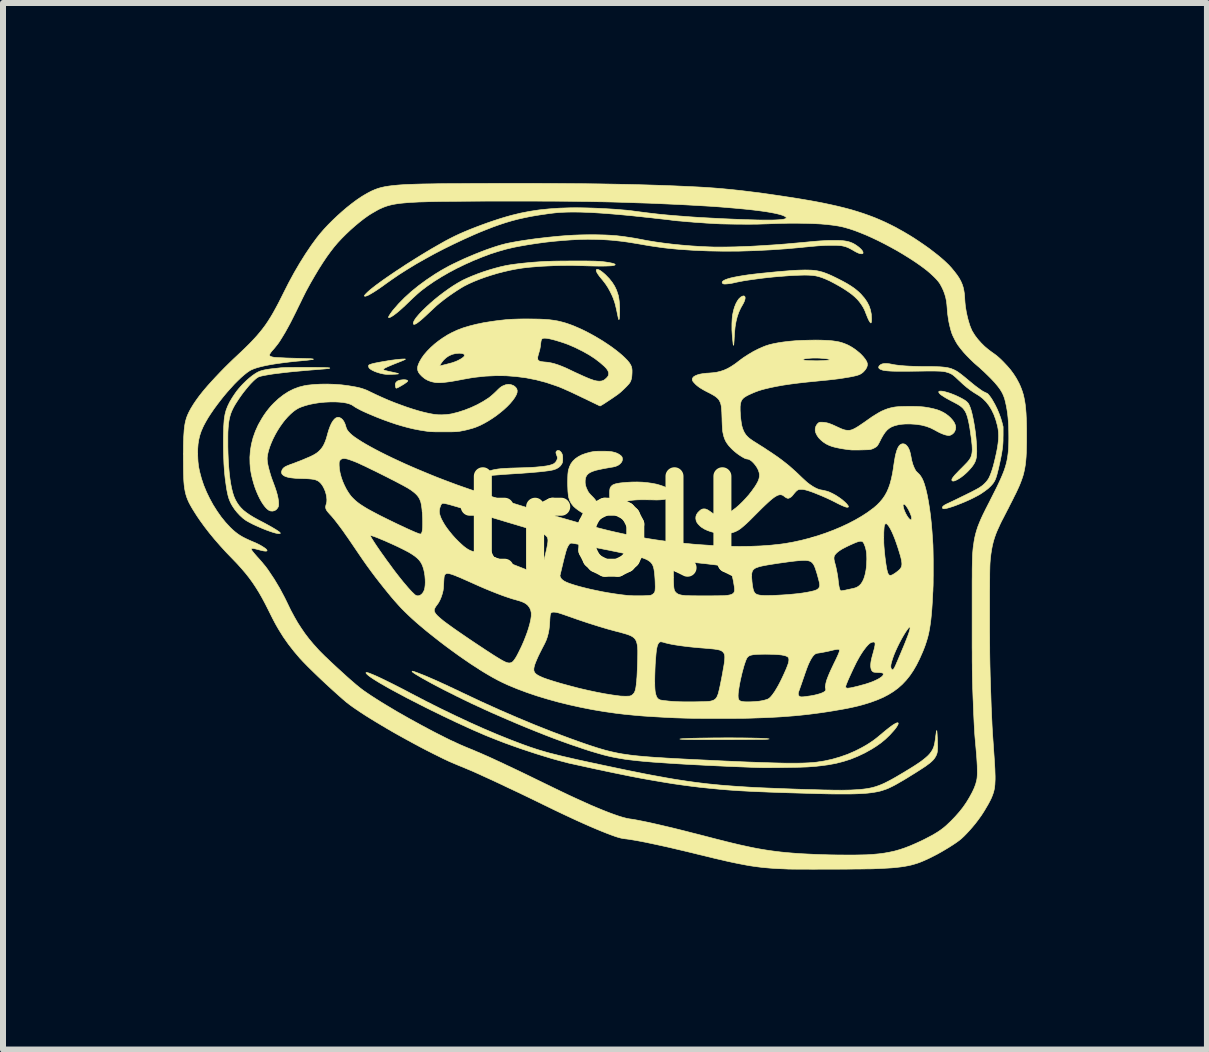
<source format=kicad_pcb>
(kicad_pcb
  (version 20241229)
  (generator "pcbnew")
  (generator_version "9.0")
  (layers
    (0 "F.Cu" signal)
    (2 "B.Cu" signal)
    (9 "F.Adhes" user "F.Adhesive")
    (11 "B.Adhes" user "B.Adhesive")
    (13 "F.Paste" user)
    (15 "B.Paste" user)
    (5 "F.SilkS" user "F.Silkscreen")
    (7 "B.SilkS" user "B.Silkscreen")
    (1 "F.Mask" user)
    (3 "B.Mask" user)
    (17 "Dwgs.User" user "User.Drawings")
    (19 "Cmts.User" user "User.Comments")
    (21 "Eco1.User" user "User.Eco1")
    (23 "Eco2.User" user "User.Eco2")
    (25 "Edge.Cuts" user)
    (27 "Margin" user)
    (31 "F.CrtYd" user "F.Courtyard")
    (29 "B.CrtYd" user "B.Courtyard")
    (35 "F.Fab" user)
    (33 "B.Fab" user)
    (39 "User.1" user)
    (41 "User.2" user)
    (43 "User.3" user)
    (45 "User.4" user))
  (footprint "troll"
    (layer "F.Cu")
    (at 7.026 5.719)
    (property "Reference" "troll" (at 0 0 0) (layer "F.SilkS") (effects (font (size 1.524 1.524) (thickness 0.3))))
    (attr through_hole)
    (fp_poly (pts (xy -3.319 -2.441) (xy -3.297 -2.436) (xy -3.288 -2.431) (xy -3.282 -2.426) (xy -3.283 -2.421) (xy -3.29 -2.412) (xy -3.291 -2.41) (xy -3.303 -2.4) (xy -3.321 -2.387) (xy -3.344 -2.371) (xy -3.37 -2.355) (xy -3.396 -2.34) (xy -3.422 -2.325) (xy -3.444 -2.313) (xy -3.462 -2.305) (xy -3.473 -2.302) (xy -3.474 -2.302) (xy -3.48 -2.307) (xy -3.485 -2.321) (xy -3.485 -2.322) (xy -3.488 -2.339) (xy -3.49 -2.355) (xy -3.491 -2.356) (xy -3.489 -2.376) (xy -3.48 -2.396) (xy -3.463 -2.414) (xy -3.453 -2.421) (xy -3.432 -2.43) (xy -3.405 -2.437) (xy -3.375 -2.441) (xy -3.346 -2.443) (xy -3.319 -2.441)) (stroke (width 0.01) (type solid)) (fill yes) (layer "F.SilkS"))
    (fp_poly (pts (xy -0.115 -4.28) (xy -0.094 -4.272) (xy -0.069 -4.257) (xy -0.039 -4.235) (xy -0.007 -4.208) (xy 0.017 -4.186) (xy 0.075 -4.126) (xy 0.124 -4.064) (xy 0.164 -4.001) (xy 0.196 -3.934) (xy 0.22 -3.862) (xy 0.225 -3.847) (xy 0.233 -3.805) (xy 0.24 -3.755) (xy 0.245 -3.699) (xy 0.248 -3.639) (xy 0.248 -3.577) (xy 0.246 -3.515) (xy 0.245 -3.496) (xy 0.243 -3.47) (xy 0.24 -3.453) (xy 0.237 -3.445) (xy 0.233 -3.446) (xy 0.231 -3.449) (xy 0.229 -3.455) (xy 0.225 -3.47) (xy 0.22 -3.493) (xy 0.214 -3.521) (xy 0.207 -3.553) (xy 0.204 -3.57) (xy 0.191 -3.629) (xy 0.179 -3.68) (xy 0.167 -3.725) (xy 0.153 -3.766) (xy 0.139 -3.805) (xy 0.122 -3.845) (xy 0.102 -3.886) (xy 0.093 -3.905) (xy 0.054 -3.976) (xy 0.012 -4.04) (xy -0.035 -4.101) (xy -0.051 -4.12) (xy -0.085 -4.161) (xy -0.111 -4.197) (xy -0.13 -4.227) (xy -0.14 -4.251) (xy -0.143 -4.268) (xy -0.14 -4.275) (xy -0.131 -4.281) (xy -0.115 -4.28)) (stroke (width 0.01) (type solid)) (fill yes) (layer "F.SilkS"))
    (fp_poly (pts (xy 2.325 -3.836) (xy 2.329 -3.833) (xy 2.337 -3.82) (xy 2.338 -3.799) (xy 2.333 -3.774) (xy 2.323 -3.745) (xy 2.308 -3.714) (xy 2.302 -3.703) (xy 2.264 -3.636) (xy 2.232 -3.566) (xy 2.206 -3.491) (xy 2.186 -3.41) (xy 2.171 -3.323) (xy 2.162 -3.228) (xy 2.159 -3.183) (xy 2.156 -3.135) (xy 2.154 -3.097) (xy 2.152 -3.068) (xy 2.15 -3.046) (xy 2.149 -3.031) (xy 2.147 -3.022) (xy 2.145 -3.017) (xy 2.143 -3.016) (xy 2.141 -3.021) (xy 2.139 -3.034) (xy 2.136 -3.052) (xy 2.136 -3.057) (xy 2.134 -3.078) (xy 2.131 -3.105) (xy 2.128 -3.137) (xy 2.125 -3.17) (xy 2.124 -3.18) (xy 2.121 -3.223) (xy 2.118 -3.272) (xy 2.118 -3.323) (xy 2.118 -3.375) (xy 2.12 -3.424) (xy 2.123 -3.47) (xy 2.127 -3.508) (xy 2.13 -3.527) (xy 2.144 -3.593) (xy 2.161 -3.652) (xy 2.182 -3.705) (xy 2.206 -3.75) (xy 2.231 -3.787) (xy 2.259 -3.814) (xy 2.266 -3.82) (xy 2.291 -3.834) (xy 2.31 -3.839) (xy 2.325 -3.836)) (stroke (width 0.01) (type solid)) (fill yes) (layer "F.SilkS"))
    (fp_poly (pts (xy 2.143 3.524) (xy 2.223 3.525) (xy 2.3 3.525) (xy 2.373 3.526) (xy 2.442 3.527) (xy 2.506 3.529) (xy 2.563 3.53) (xy 2.613 3.532) (xy 2.656 3.534) (xy 2.689 3.536) (xy 2.709 3.538) (xy 2.738 3.542) (xy 2.704 3.547) (xy 2.694 3.547) (xy 2.673 3.548) (xy 2.644 3.549) (xy 2.607 3.549) (xy 2.562 3.55) (xy 2.511 3.55) (xy 2.454 3.551) (xy 2.392 3.551) (xy 2.326 3.552) (xy 2.256 3.552) (xy 2.184 3.552) (xy 2.11 3.553) (xy 2.035 3.553) (xy 1.96 3.553) (xy 1.886 3.553) (xy 1.813 3.553) (xy 1.742 3.553) (xy 1.674 3.553) (xy 1.61 3.553) (xy 1.551 3.553) (xy 1.497 3.553) (xy 1.45 3.552) (xy 1.409 3.552) (xy 1.376 3.552) (xy 1.352 3.551) (xy 1.343 3.551) (xy 1.313 3.549) (xy 1.287 3.548) (xy 1.267 3.546) (xy 1.255 3.545) (xy 1.251 3.544) (xy 1.255 3.543) (xy 1.267 3.541) (xy 1.286 3.539) (xy 1.3 3.538) (xy 1.343 3.536) (xy 1.393 3.533) (xy 1.451 3.531) (xy 1.515 3.53) (xy 1.584 3.528) (xy 1.658 3.527) (xy 1.735 3.526) (xy 1.815 3.525) (xy 1.896 3.525) (xy 1.979 3.524) (xy 2.061 3.524) (xy 2.143 3.524)) (stroke (width 0.01) (type solid)) (fill yes) (layer "F.SilkS"))
    (fp_poly (pts (xy 0.626 -0.736) (xy 0.709 -0.728) (xy 0.787 -0.717) (xy 0.86 -0.703) (xy 0.926 -0.684) (xy 0.986 -0.663) (xy 1.036 -0.639) (xy 1.06 -0.624) (xy 1.087 -0.604) (xy 1.106 -0.585) (xy 1.117 -0.566) (xy 1.122 -0.545) (xy 1.123 -0.522) (xy 1.116 -0.503) (xy 1.1 -0.487) (xy 1.074 -0.472) (xy 1.039 -0.46) (xy 0.995 -0.45) (xy 0.971 -0.446) (xy 0.951 -0.444) (xy 0.93 -0.442) (xy 0.907 -0.441) (xy 0.878 -0.44) (xy 0.844 -0.44) (xy 0.803 -0.441) (xy 0.753 -0.442) (xy 0.743 -0.442) (xy 0.67 -0.443) (xy 0.605 -0.443) (xy 0.549 -0.442) (xy 0.501 -0.439) (xy 0.458 -0.435) (xy 0.421 -0.43) (xy 0.388 -0.423) (xy 0.388 -0.423) (xy 0.354 -0.414) (xy 0.328 -0.404) (xy 0.307 -0.392) (xy 0.29 -0.376) (xy 0.284 -0.368) (xy 0.259 -0.344) (xy 0.233 -0.329) (xy 0.206 -0.323) (xy 0.18 -0.327) (xy 0.172 -0.331) (xy 0.143 -0.352) (xy 0.119 -0.382) (xy 0.099 -0.419) (xy 0.087 -0.455) (xy 0.083 -0.479) (xy 0.08 -0.508) (xy 0.08 -0.539) (xy 0.08 -0.571) (xy 0.082 -0.601) (xy 0.086 -0.626) (xy 0.091 -0.643) (xy 0.092 -0.645) (xy 0.103 -0.662) (xy 0.117 -0.677) (xy 0.134 -0.69) (xy 0.156 -0.7) (xy 0.183 -0.709) (xy 0.217 -0.716) (xy 0.259 -0.723) (xy 0.309 -0.728) (xy 0.365 -0.733) (xy 0.453 -0.738) (xy 0.541 -0.739) (xy 0.626 -0.736)) (stroke (width 0.01) (type solid)) (fill yes) (layer "F.SilkS"))
    (fp_poly (pts (xy -3.324 -2.787) (xy -3.322 -2.785) (xy -3.324 -2.782) (xy -3.326 -2.781) (xy -3.333 -2.777) (xy -3.35 -2.769) (xy -3.372 -2.759) (xy -3.4 -2.748) (xy -3.432 -2.735) (xy -3.445 -2.73) (xy -3.503 -2.707) (xy -3.552 -2.687) (xy -3.592 -2.67) (xy -3.624 -2.656) (xy -3.649 -2.644) (xy -3.668 -2.634) (xy -3.68 -2.626) (xy -3.686 -2.619) (xy -3.688 -2.614) (xy -3.684 -2.608) (xy -3.672 -2.602) (xy -3.651 -2.595) (xy -3.62 -2.587) (xy -3.58 -2.577) (xy -3.561 -2.574) (xy -3.521 -2.565) (xy -3.49 -2.558) (xy -3.467 -2.553) (xy -3.451 -2.549) (xy -3.442 -2.546) (xy -3.438 -2.543) (xy -3.438 -2.541) (xy -3.44 -2.54) (xy -3.448 -2.538) (xy -3.464 -2.537) (xy -3.487 -2.535) (xy -3.515 -2.534) (xy -3.543 -2.533) (xy -3.581 -2.532) (xy -3.611 -2.531) (xy -3.635 -2.532) (xy -3.657 -2.534) (xy -3.679 -2.537) (xy -3.691 -2.539) (xy -3.74 -2.55) (xy -3.787 -2.564) (xy -3.832 -2.58) (xy -3.869 -2.598) (xy -3.879 -2.603) (xy -3.903 -2.618) (xy -3.919 -2.631) (xy -3.929 -2.643) (xy -3.934 -2.656) (xy -3.935 -2.663) (xy -3.936 -2.677) (xy -3.932 -2.685) (xy -3.926 -2.69) (xy -3.911 -2.697) (xy -3.887 -2.705) (xy -3.855 -2.714) (xy -3.812 -2.723) (xy -3.761 -2.733) (xy -3.699 -2.744) (xy -3.627 -2.756) (xy -3.606 -2.76) (xy -3.56 -2.767) (xy -3.512 -2.773) (xy -3.466 -2.779) (xy -3.424 -2.783) (xy -3.388 -2.786) (xy -3.373 -2.787) (xy -3.348 -2.788) (xy -3.332 -2.788) (xy -3.324 -2.787)) (stroke (width 0.01) (type solid)) (fill yes) (layer "F.SilkS"))
    (fp_poly (pts (xy -0.752 -1.258) (xy -0.734 -1.242) (xy -0.718 -1.22) (xy -0.714 -1.211) (xy -0.708 -1.196) (xy -0.704 -1.181) (xy -0.702 -1.163) (xy -0.701 -1.139) (xy -0.701 -1.127) (xy -0.701 -1.101) (xy -0.703 -1.082) (xy -0.705 -1.067) (xy -0.71 -1.054) (xy -0.714 -1.045) (xy -0.737 -1.01) (xy -0.769 -0.981) (xy -0.809 -0.958) (xy -0.858 -0.941) (xy -0.863 -0.94) (xy -0.892 -0.934) (xy -0.931 -0.927) (xy -0.979 -0.921) (xy -1.036 -0.914) (xy -1.101 -0.907) (xy -1.173 -0.901) (xy -1.251 -0.894) (xy -1.335 -0.888) (xy -1.425 -0.881) (xy -1.471 -0.879) (xy -1.559 -0.873) (xy -1.638 -0.868) (xy -1.708 -0.863) (xy -1.768 -0.858) (xy -1.819 -0.854) (xy -1.86 -0.851) (xy -1.891 -0.847) (xy -1.912 -0.844) (xy -1.916 -0.844) (xy -1.929 -0.844) (xy -1.936 -0.848) (xy -1.942 -0.861) (xy -1.945 -0.878) (xy -1.946 -0.895) (xy -1.942 -0.907) (xy -1.941 -0.908) (xy -1.928 -0.919) (xy -1.907 -0.928) (xy -1.876 -0.937) (xy -1.836 -0.946) (xy -1.786 -0.954) (xy -1.783 -0.955) (xy -1.754 -0.958) (xy -1.719 -0.962) (xy -1.678 -0.965) (xy -1.63 -0.967) (xy -1.575 -0.97) (xy -1.51 -0.972) (xy -1.444 -0.974) (xy -1.339 -0.977) (xy -1.244 -0.981) (xy -1.16 -0.986) (xy -1.085 -0.993) (xy -1.02 -1) (xy -0.964 -1.008) (xy -0.918 -1.018) (xy -0.882 -1.029) (xy -0.854 -1.041) (xy -0.842 -1.048) (xy -0.821 -1.068) (xy -0.804 -1.092) (xy -0.793 -1.119) (xy -0.79 -1.131) (xy -0.79 -1.15) (xy -0.796 -1.172) (xy -0.801 -1.184) (xy -0.81 -1.209) (xy -0.814 -1.227) (xy -0.812 -1.24) (xy -0.805 -1.252) (xy -0.804 -1.253) (xy -0.788 -1.264) (xy -0.77 -1.265) (xy -0.752 -1.258)) (stroke (width 0.01) (type solid)) (fill yes) (layer "F.SilkS"))
    (fp_poly (pts (xy 5.634 -2.25) (xy 5.669 -2.242) (xy 5.708 -2.231) (xy 5.75 -2.218) (xy 5.795 -2.201) (xy 5.842 -2.182) (xy 5.889 -2.16) (xy 5.908 -2.151) (xy 5.954 -2.127) (xy 5.99 -2.106) (xy 6.019 -2.086) (xy 6.04 -2.067) (xy 6.056 -2.048) (xy 6.058 -2.046) (xy 6.072 -2.019) (xy 6.087 -1.983) (xy 6.102 -1.938) (xy 6.116 -1.887) (xy 6.129 -1.829) (xy 6.142 -1.766) (xy 6.154 -1.699) (xy 6.165 -1.63) (xy 6.175 -1.559) (xy 6.183 -1.488) (xy 6.189 -1.417) (xy 6.194 -1.349) (xy 6.196 -1.283) (xy 6.197 -1.25) (xy 6.195 -1.198) (xy 6.191 -1.152) (xy 6.182 -1.112) (xy 6.169 -1.075) (xy 6.15 -1.039) (xy 6.125 -1.002) (xy 6.092 -0.962) (xy 6.077 -0.945) (xy 6.045 -0.911) (xy 6.01 -0.878) (xy 5.975 -0.848) (xy 5.94 -0.821) (xy 5.906 -0.798) (xy 5.874 -0.779) (xy 5.845 -0.765) (xy 5.82 -0.756) (xy 5.801 -0.754) (xy 5.788 -0.759) (xy 5.787 -0.76) (xy 5.782 -0.768) (xy 5.782 -0.779) (xy 5.786 -0.792) (xy 5.797 -0.81) (xy 5.813 -0.831) (xy 5.835 -0.858) (xy 5.865 -0.889) (xy 5.901 -0.927) (xy 5.942 -0.968) (xy 5.981 -1.007) (xy 6.013 -1.04) (xy 6.039 -1.067) (xy 6.059 -1.091) (xy 6.075 -1.112) (xy 6.087 -1.131) (xy 6.097 -1.149) (xy 6.104 -1.167) (xy 6.11 -1.187) (xy 6.112 -1.194) (xy 6.117 -1.218) (xy 6.12 -1.244) (xy 6.122 -1.275) (xy 6.121 -1.31) (xy 6.119 -1.35) (xy 6.114 -1.398) (xy 6.108 -1.453) (xy 6.099 -1.517) (xy 6.093 -1.559) (xy 6.082 -1.635) (xy 6.07 -1.701) (xy 6.058 -1.759) (xy 6.046 -1.808) (xy 6.033 -1.85) (xy 6.019 -1.887) (xy 6.003 -1.918) (xy 5.985 -1.945) (xy 5.965 -1.969) (xy 5.942 -1.99) (xy 5.919 -2.008) (xy 5.903 -2.018) (xy 5.881 -2.032) (xy 5.853 -2.047) (xy 5.822 -2.064) (xy 5.789 -2.081) (xy 5.785 -2.083) (xy 5.727 -2.114) (xy 5.677 -2.142) (xy 5.636 -2.168) (xy 5.603 -2.19) (xy 5.58 -2.21) (xy 5.567 -2.227) (xy 5.563 -2.24) (xy 5.563 -2.241) (xy 5.569 -2.249) (xy 5.583 -2.253) (xy 5.606 -2.253) (xy 5.634 -2.25)) (stroke (width 0.01) (type solid)) (fill yes) (layer "F.SilkS"))
    (fp_poly (pts (xy 0.006 -1.251) (xy 0.049 -1.25) (xy 0.085 -1.247) (xy 0.116 -1.243) (xy 0.144 -1.237) (xy 0.171 -1.23) (xy 0.194 -1.222) (xy 0.222 -1.209) (xy 0.248 -1.193) (xy 0.27 -1.176) (xy 0.283 -1.162) (xy 0.292 -1.141) (xy 0.294 -1.116) (xy 0.289 -1.09) (xy 0.278 -1.068) (xy 0.253 -1.04) (xy 0.223 -1.018) (xy 0.185 -1.001) (xy 0.139 -0.989) (xy 0.106 -0.984) (xy 0.081 -0.98) (xy 0.05 -0.974) (xy 0.014 -0.968) (xy -0.024 -0.961) (xy -0.061 -0.953) (xy -0.096 -0.946) (xy -0.125 -0.939) (xy -0.148 -0.934) (xy -0.153 -0.932) (xy -0.203 -0.916) (xy -0.243 -0.898) (xy -0.274 -0.878) (xy -0.297 -0.854) (xy -0.313 -0.827) (xy -0.323 -0.795) (xy -0.327 -0.76) (xy -0.327 -0.721) (xy -0.321 -0.684) (xy -0.309 -0.645) (xy -0.29 -0.603) (xy -0.28 -0.583) (xy -0.269 -0.565) (xy -0.255 -0.548) (xy -0.238 -0.528) (xy -0.215 -0.505) (xy -0.181 -0.47) (xy -0.156 -0.439) (xy -0.143 -0.418) (xy -0.134 -0.4) (xy -0.128 -0.385) (xy -0.125 -0.37) (xy -0.124 -0.35) (xy -0.124 -0.339) (xy -0.125 -0.316) (xy -0.126 -0.299) (xy -0.131 -0.284) (xy -0.139 -0.267) (xy -0.145 -0.255) (xy -0.166 -0.221) (xy -0.188 -0.194) (xy -0.211 -0.175) (xy -0.232 -0.165) (xy -0.242 -0.164) (xy -0.252 -0.166) (xy -0.267 -0.172) (xy -0.286 -0.179) (xy -0.286 -0.179) (xy -0.326 -0.198) (xy -0.368 -0.222) (xy -0.411 -0.248) (xy -0.452 -0.276) (xy -0.488 -0.304) (xy -0.517 -0.33) (xy -0.524 -0.337) (xy -0.558 -0.38) (xy -0.584 -0.43) (xy -0.601 -0.479) (xy -0.606 -0.505) (xy -0.61 -0.54) (xy -0.614 -0.582) (xy -0.616 -0.628) (xy -0.618 -0.678) (xy -0.619 -0.729) (xy -0.618 -0.778) (xy -0.617 -0.826) (xy -0.615 -0.869) (xy -0.611 -0.905) (xy -0.607 -0.933) (xy -0.606 -0.937) (xy -0.588 -0.993) (xy -0.564 -1.043) (xy -0.531 -1.088) (xy -0.49 -1.127) (xy -0.441 -1.161) (xy -0.383 -1.191) (xy -0.317 -1.215) (xy -0.24 -1.236) (xy -0.224 -1.239) (xy -0.203 -1.243) (xy -0.185 -1.246) (xy -0.165 -1.249) (xy -0.143 -1.25) (xy -0.116 -1.251) (xy -0.083 -1.251) (xy -0.045 -1.251) (xy 0.006 -1.251)) (stroke (width 0.01) (type solid)) (fill yes) (layer "F.SilkS"))
    (fp_poly (pts (xy 3.39 -4.27) (xy 3.443 -4.268) (xy 3.492 -4.264) (xy 3.539 -4.257) (xy 3.584 -4.247) (xy 3.63 -4.235) (xy 3.678 -4.218) (xy 3.729 -4.198) (xy 3.785 -4.173) (xy 3.847 -4.143) (xy 3.895 -4.119) (xy 3.969 -4.081) (xy 4.034 -4.045) (xy 4.091 -4.01) (xy 4.142 -3.976) (xy 4.189 -3.94) (xy 4.231 -3.904) (xy 4.271 -3.865) (xy 4.273 -3.862) (xy 4.327 -3.8) (xy 4.37 -3.737) (xy 4.403 -3.673) (xy 4.426 -3.605) (xy 4.44 -3.535) (xy 4.444 -3.461) (xy 4.444 -3.445) (xy 4.443 -3.417) (xy 4.44 -3.399) (xy 4.436 -3.39) (xy 4.431 -3.389) (xy 4.423 -3.396) (xy 4.417 -3.404) (xy 4.408 -3.417) (xy 4.398 -3.435) (xy 4.387 -3.458) (xy 4.374 -3.488) (xy 4.359 -3.527) (xy 4.352 -3.543) (xy 4.338 -3.58) (xy 4.325 -3.61) (xy 4.311 -3.637) (xy 4.297 -3.662) (xy 4.279 -3.69) (xy 4.271 -3.702) (xy 4.24 -3.744) (xy 4.205 -3.784) (xy 4.164 -3.824) (xy 4.117 -3.864) (xy 4.062 -3.904) (xy 4 -3.946) (xy 3.929 -3.99) (xy 3.892 -4.011) (xy 3.814 -4.054) (xy 3.743 -4.091) (xy 3.678 -4.12) (xy 3.618 -4.144) (xy 3.562 -4.162) (xy 3.509 -4.174) (xy 3.487 -4.177) (xy 3.442 -4.182) (xy 3.389 -4.185) (xy 3.325 -4.186) (xy 3.252 -4.184) (xy 3.169 -4.181) (xy 3.076 -4.176) (xy 2.973 -4.168) (xy 2.895 -4.162) (xy 2.806 -4.154) (xy 2.718 -4.145) (xy 2.631 -4.135) (xy 2.546 -4.124) (xy 2.465 -4.113) (xy 2.388 -4.102) (xy 2.317 -4.091) (xy 2.254 -4.079) (xy 2.198 -4.068) (xy 2.154 -4.058) (xy 2.122 -4.051) (xy 2.088 -4.045) (xy 2.054 -4.041) (xy 2.022 -4.038) (xy 1.997 -4.037) (xy 1.978 -4.039) (xy 1.977 -4.04) (xy 1.965 -4.046) (xy 1.958 -4.054) (xy 1.955 -4.068) (xy 1.963 -4.082) (xy 1.982 -4.096) (xy 2.01 -4.11) (xy 2.049 -4.124) (xy 2.098 -4.138) (xy 2.156 -4.151) (xy 2.224 -4.164) (xy 2.301 -4.177) (xy 2.387 -4.19) (xy 2.483 -4.202) (xy 2.588 -4.214) (xy 2.619 -4.217) (xy 2.73 -4.228) (xy 2.83 -4.238) (xy 2.921 -4.246) (xy 3.004 -4.253) (xy 3.078 -4.259) (xy 3.145 -4.264) (xy 3.205 -4.267) (xy 3.259 -4.269) (xy 3.308 -4.27) (xy 3.331 -4.271) (xy 3.39 -4.27)) (stroke (width 0.01) (type solid)) (fill yes) (layer "F.SilkS"))
    (fp_poly (pts (xy -0.379 -4.421) (xy -0.316 -4.421) (xy -0.257 -4.42) (xy -0.205 -4.419) (xy -0.159 -4.418) (xy -0.122 -4.416) (xy -0.094 -4.415) (xy -0.092 -4.415) (xy -0.038 -4.41) (xy 0.012 -4.404) (xy 0.057 -4.397) (xy 0.096 -4.39) (xy 0.128 -4.383) (xy 0.152 -4.376) (xy 0.168 -4.368) (xy 0.173 -4.362) (xy 0.171 -4.356) (xy 0.16 -4.35) (xy 0.141 -4.345) (xy 0.112 -4.341) (xy 0.075 -4.339) (xy 0.027 -4.337) (xy -0.029 -4.336) (xy -0.096 -4.336) (xy -0.172 -4.337) (xy -0.258 -4.339) (xy -0.355 -4.342) (xy -0.437 -4.344) (xy -0.53 -4.347) (xy -0.63 -4.347) (xy -0.734 -4.346) (xy -0.841 -4.343) (xy -0.948 -4.338) (xy -1.054 -4.333) (xy -1.156 -4.325) (xy -1.253 -4.317) (xy -1.342 -4.307) (xy -1.381 -4.302) (xy -1.48 -4.286) (xy -1.582 -4.266) (xy -1.685 -4.242) (xy -1.79 -4.215) (xy -1.893 -4.184) (xy -1.994 -4.151) (xy -2.09 -4.116) (xy -2.182 -4.079) (xy -2.267 -4.041) (xy -2.344 -4.002) (xy -2.392 -3.974) (xy -2.465 -3.928) (xy -2.541 -3.877) (xy -2.617 -3.824) (xy -2.69 -3.769) (xy -2.759 -3.714) (xy -2.807 -3.673) (xy -2.819 -3.662) (xy -2.836 -3.646) (xy -2.859 -3.625) (xy -2.884 -3.601) (xy -2.911 -3.576) (xy -2.924 -3.564) (xy -2.977 -3.514) (xy -3.024 -3.471) (xy -3.064 -3.436) (xy -3.099 -3.408) (xy -3.127 -3.387) (xy -3.15 -3.373) (xy -3.168 -3.366) (xy -3.181 -3.365) (xy -3.187 -3.369) (xy -3.191 -3.38) (xy -3.188 -3.397) (xy -3.179 -3.42) (xy -3.164 -3.445) (xy -3.145 -3.473) (xy -3.14 -3.48) (xy -3.092 -3.536) (xy -3.035 -3.596) (xy -2.972 -3.657) (xy -2.903 -3.72) (xy -2.83 -3.783) (xy -2.754 -3.844) (xy -2.676 -3.903) (xy -2.599 -3.958) (xy -2.523 -4.009) (xy -2.45 -4.054) (xy -2.38 -4.093) (xy -2.372 -4.098) (xy -2.295 -4.134) (xy -2.211 -4.17) (xy -2.12 -4.206) (xy -2.025 -4.24) (xy -1.929 -4.271) (xy -1.833 -4.299) (xy -1.739 -4.324) (xy -1.65 -4.344) (xy -1.576 -4.357) (xy -1.498 -4.368) (xy -1.411 -4.379) (xy -1.314 -4.389) (xy -1.209 -4.399) (xy -1.096 -4.407) (xy -1.037 -4.411) (xy -1.001 -4.413) (xy -0.957 -4.415) (xy -0.906 -4.416) (xy -0.849 -4.418) (xy -0.786 -4.419) (xy -0.721 -4.42) (xy -0.652 -4.42) (xy -0.583 -4.421) (xy -0.513 -4.421) (xy -0.445 -4.421) (xy -0.379 -4.421)) (stroke (width 0.01) (type solid)) (fill yes) (layer "F.SilkS"))
    (fp_poly (pts (xy 5.143 -1.998) (xy 5.194 -1.997) (xy 5.24 -1.995) (xy 5.281 -1.992) (xy 5.314 -1.989) (xy 5.323 -1.988) (xy 5.403 -1.975) (xy 5.473 -1.96) (xy 5.536 -1.943) (xy 5.591 -1.922) (xy 5.641 -1.898) (xy 5.686 -1.87) (xy 5.728 -1.838) (xy 5.763 -1.805) (xy 5.799 -1.764) (xy 5.825 -1.724) (xy 5.841 -1.685) (xy 5.847 -1.648) (xy 5.842 -1.612) (xy 5.828 -1.578) (xy 5.821 -1.567) (xy 5.8 -1.544) (xy 5.776 -1.527) (xy 5.75 -1.516) (xy 5.733 -1.513) (xy 5.702 -1.517) (xy 5.664 -1.526) (xy 5.621 -1.542) (xy 5.575 -1.562) (xy 5.526 -1.588) (xy 5.505 -1.6) (xy 5.433 -1.637) (xy 5.356 -1.666) (xy 5.273 -1.687) (xy 5.185 -1.7) (xy 5.09 -1.706) (xy 5.061 -1.706) (xy 5 -1.705) (xy 4.947 -1.701) (xy 4.898 -1.694) (xy 4.852 -1.683) (xy 4.821 -1.674) (xy 4.778 -1.657) (xy 4.739 -1.634) (xy 4.703 -1.604) (xy 4.67 -1.566) (xy 4.638 -1.519) (xy 4.606 -1.463) (xy 4.593 -1.436) (xy 4.578 -1.407) (xy 4.564 -1.38) (xy 4.551 -1.358) (xy 4.54 -1.342) (xy 4.538 -1.339) (xy 4.516 -1.321) (xy 4.487 -1.304) (xy 4.454 -1.289) (xy 4.426 -1.281) (xy 4.414 -1.279) (xy 4.394 -1.277) (xy 4.366 -1.276) (xy 4.333 -1.275) (xy 4.297 -1.274) (xy 4.259 -1.273) (xy 4.221 -1.272) (xy 4.185 -1.272) (xy 4.154 -1.272) (xy 4.127 -1.272) (xy 4.108 -1.273) (xy 4.106 -1.273) (xy 4.051 -1.279) (xy 3.994 -1.287) (xy 3.937 -1.296) (xy 3.882 -1.307) (xy 3.833 -1.318) (xy 3.792 -1.329) (xy 3.791 -1.329) (xy 3.737 -1.349) (xy 3.686 -1.374) (xy 3.639 -1.405) (xy 3.598 -1.44) (xy 3.562 -1.477) (xy 3.535 -1.517) (xy 3.515 -1.558) (xy 3.506 -1.594) (xy 3.506 -1.627) (xy 3.514 -1.66) (xy 3.53 -1.691) (xy 3.551 -1.716) (xy 3.561 -1.724) (xy 3.571 -1.73) (xy 3.579 -1.733) (xy 3.59 -1.735) (xy 3.607 -1.735) (xy 3.63 -1.734) (xy 3.634 -1.734) (xy 3.663 -1.731) (xy 3.693 -1.726) (xy 3.723 -1.719) (xy 3.757 -1.707) (xy 3.795 -1.692) (xy 3.839 -1.672) (xy 3.867 -1.659) (xy 3.906 -1.641) (xy 3.937 -1.627) (xy 3.963 -1.617) (xy 3.984 -1.61) (xy 4.002 -1.605) (xy 4.02 -1.602) (xy 4.038 -1.6) (xy 4.04 -1.6) (xy 4.06 -1.599) (xy 4.079 -1.6) (xy 4.098 -1.604) (xy 4.119 -1.61) (xy 4.142 -1.62) (xy 4.168 -1.633) (xy 4.198 -1.65) (xy 4.233 -1.672) (xy 4.273 -1.699) (xy 4.32 -1.731) (xy 4.374 -1.769) (xy 4.388 -1.779) (xy 4.452 -1.824) (xy 4.511 -1.861) (xy 4.564 -1.893) (xy 4.614 -1.92) (xy 4.663 -1.941) (xy 4.711 -1.959) (xy 4.76 -1.973) (xy 4.811 -1.984) (xy 4.834 -1.988) (xy 4.861 -1.991) (xy 4.897 -1.994) (xy 4.939 -1.996) (xy 4.987 -1.997) (xy 5.038 -1.998) (xy 5.091 -1.998) (xy 5.143 -1.998)) (stroke (width 0.01) (type solid)) (fill yes) (layer "F.SilkS"))
    (fp_poly (pts (xy -4.908 -2.648) (xy -4.836 -2.648) (xy -4.774 -2.647) (xy -4.722 -2.646) (xy -4.678 -2.646) (xy -4.643 -2.644) (xy -4.616 -2.643) (xy -4.597 -2.641) (xy -4.586 -2.64) (xy -4.581 -2.637) (xy -4.583 -2.635) (xy -4.589 -2.633) (xy -4.599 -2.63) (xy -4.614 -2.628) (xy -4.634 -2.626) (xy -4.661 -2.623) (xy -4.696 -2.62) (xy -4.741 -2.617) (xy -4.741 -2.616) (xy -4.859 -2.607) (xy -4.971 -2.598) (xy -5.078 -2.588) (xy -5.179 -2.579) (xy -5.274 -2.569) (xy -5.362 -2.559) (xy -5.444 -2.549) (xy -5.517 -2.54) (xy -5.583 -2.53) (xy -5.64 -2.52) (xy -5.689 -2.511) (xy -5.728 -2.502) (xy -5.757 -2.494) (xy -5.773 -2.487) (xy -5.799 -2.471) (xy -5.829 -2.446) (xy -5.863 -2.414) (xy -5.9 -2.376) (xy -5.94 -2.331) (xy -5.98 -2.282) (xy -6.022 -2.23) (xy -6.063 -2.174) (xy -6.103 -2.116) (xy -6.106 -2.111) (xy -6.138 -2.062) (xy -6.166 -2.017) (xy -6.19 -1.973) (xy -6.21 -1.931) (xy -6.228 -1.888) (xy -6.242 -1.844) (xy -6.254 -1.798) (xy -6.263 -1.748) (xy -6.27 -1.694) (xy -6.275 -1.635) (xy -6.279 -1.569) (xy -6.28 -1.496) (xy -6.28 -1.415) (xy -6.28 -1.328) (xy -6.277 -1.209) (xy -6.272 -1.095) (xy -6.265 -0.987) (xy -6.256 -0.887) (xy -6.245 -0.794) (xy -6.232 -0.709) (xy -6.217 -0.633) (xy -6.2 -0.565) (xy -6.182 -0.508) (xy -6.176 -0.492) (xy -6.153 -0.44) (xy -6.126 -0.393) (xy -6.096 -0.349) (xy -6.061 -0.308) (xy -6.021 -0.268) (xy -5.973 -0.23) (xy -5.918 -0.192) (xy -5.855 -0.153) (xy -5.783 -0.113) (xy -5.768 -0.105) (xy -5.689 -0.064) (xy -5.621 -0.027) (xy -5.561 0.006) (xy -5.512 0.035) (xy -5.471 0.06) (xy -5.441 0.08) (xy -5.419 0.096) (xy -5.408 0.108) (xy -5.405 0.116) (xy -5.405 0.116) (xy -5.414 0.12) (xy -5.43 0.121) (xy -5.452 0.119) (xy -5.477 0.114) (xy -5.49 0.111) (xy -5.535 0.098) (xy -5.585 0.081) (xy -5.64 0.061) (xy -5.698 0.038) (xy -5.756 0.013) (xy -5.812 -0.012) (xy -5.866 -0.037) (xy -5.914 -0.062) (xy -5.956 -0.085) (xy -5.981 -0.1) (xy -6.029 -0.136) (xy -6.077 -0.18) (xy -6.124 -0.23) (xy -6.167 -0.284) (xy -6.205 -0.341) (xy -6.206 -0.343) (xy -6.224 -0.374) (xy -6.239 -0.405) (xy -6.253 -0.438) (xy -6.266 -0.473) (xy -6.277 -0.513) (xy -6.287 -0.557) (xy -6.297 -0.607) (xy -6.306 -0.663) (xy -6.315 -0.728) (xy -6.325 -0.802) (xy -6.329 -0.839) (xy -6.335 -0.898) (xy -6.34 -0.965) (xy -6.345 -1.038) (xy -6.348 -1.115) (xy -6.351 -1.196) (xy -6.353 -1.278) (xy -6.354 -1.361) (xy -6.354 -1.442) (xy -6.353 -1.52) (xy -6.351 -1.595) (xy -6.349 -1.664) (xy -6.345 -1.725) (xy -6.341 -1.779) (xy -6.339 -1.797) (xy -6.327 -1.867) (xy -6.309 -1.935) (xy -6.283 -2.002) (xy -6.25 -2.07) (xy -6.208 -2.141) (xy -6.193 -2.164) (xy -6.16 -2.213) (xy -6.13 -2.255) (xy -6.1 -2.292) (xy -6.069 -2.328) (xy -6.034 -2.366) (xy -6.02 -2.38) (xy -5.972 -2.427) (xy -5.923 -2.47) (xy -5.876 -2.508) (xy -5.83 -2.54) (xy -5.788 -2.566) (xy -5.751 -2.583) (xy -5.74 -2.587) (xy -5.708 -2.597) (xy -5.67 -2.606) (xy -5.626 -2.614) (xy -5.575 -2.622) (xy -5.516 -2.629) (xy -5.448 -2.636) (xy -5.395 -2.642) (xy -5.372 -2.643) (xy -5.342 -2.645) (xy -5.304 -2.646) (xy -5.258 -2.647) (xy -5.204 -2.647) (xy -5.141 -2.648) (xy -5.068 -2.648) (xy -4.99 -2.648) (xy -4.908 -2.648)) (stroke (width 0.01) (type solid)) (fill yes) (layer "F.SilkS"))
    (fp_poly (pts (xy 4.743 -2.708) (xy 4.8 -2.697) (xy 4.802 -2.696) (xy 4.839 -2.69) (xy 4.885 -2.684) (xy 4.94 -2.678) (xy 5.002 -2.673) (xy 5.07 -2.669) (xy 5.144 -2.666) (xy 5.223 -2.664) (xy 5.304 -2.662) (xy 5.384 -2.662) (xy 5.46 -2.662) (xy 5.525 -2.66) (xy 5.583 -2.658) (xy 5.632 -2.654) (xy 5.676 -2.649) (xy 5.713 -2.643) (xy 5.746 -2.635) (xy 5.776 -2.626) (xy 5.787 -2.621) (xy 5.81 -2.612) (xy 5.831 -2.602) (xy 5.852 -2.591) (xy 5.874 -2.578) (xy 5.897 -2.562) (xy 5.923 -2.543) (xy 5.954 -2.519) (xy 5.989 -2.491) (xy 6.03 -2.457) (xy 6.07 -2.424) (xy 6.124 -2.379) (xy 6.174 -2.339) (xy 6.22 -2.305) (xy 6.26 -2.276) (xy 6.294 -2.253) (xy 6.322 -2.238) (xy 6.329 -2.235) (xy 6.347 -2.226) (xy 6.363 -2.219) (xy 6.371 -2.215) (xy 6.382 -2.207) (xy 6.396 -2.191) (xy 6.414 -2.169) (xy 6.433 -2.143) (xy 6.452 -2.114) (xy 6.462 -2.097) (xy 6.501 -2.028) (xy 6.537 -1.955) (xy 6.568 -1.881) (xy 6.595 -1.808) (xy 6.615 -1.741) (xy 6.618 -1.731) (xy 6.636 -1.659) (xy 6.636 -1.521) (xy 6.635 -1.472) (xy 6.635 -1.427) (xy 6.633 -1.386) (xy 6.63 -1.347) (xy 6.626 -1.308) (xy 6.62 -1.267) (xy 6.613 -1.222) (xy 6.604 -1.173) (xy 6.593 -1.117) (xy 6.579 -1.052) (xy 6.577 -1.045) (xy 6.562 -0.975) (xy 6.547 -0.915) (xy 6.534 -0.864) (xy 6.521 -0.821) (xy 6.509 -0.787) (xy 6.496 -0.759) (xy 6.494 -0.755) (xy 6.467 -0.713) (xy 6.43 -0.671) (xy 6.383 -0.627) (xy 6.326 -0.584) (xy 6.266 -0.543) (xy 6.229 -0.521) (xy 6.186 -0.498) (xy 6.14 -0.474) (xy 6.091 -0.45) (xy 6.04 -0.427) (xy 5.988 -0.404) (xy 5.936 -0.383) (xy 5.885 -0.363) (xy 5.836 -0.344) (xy 5.79 -0.328) (xy 5.748 -0.315) (xy 5.711 -0.304) (xy 5.68 -0.297) (xy 5.655 -0.293) (xy 5.638 -0.294) (xy 5.632 -0.297) (xy 5.624 -0.31) (xy 5.627 -0.324) (xy 5.64 -0.339) (xy 5.664 -0.356) (xy 5.698 -0.374) (xy 5.701 -0.375) (xy 5.792 -0.418) (xy 5.873 -0.457) (xy 5.946 -0.493) (xy 6.01 -0.524) (xy 6.066 -0.552) (xy 6.115 -0.576) (xy 6.156 -0.598) (xy 6.191 -0.616) (xy 6.219 -0.632) (xy 6.242 -0.645) (xy 6.252 -0.652) (xy 6.29 -0.679) (xy 6.326 -0.711) (xy 6.357 -0.744) (xy 6.382 -0.777) (xy 6.384 -0.779) (xy 6.402 -0.81) (xy 6.419 -0.848) (xy 6.436 -0.892) (xy 6.454 -0.944) (xy 6.472 -1.004) (xy 6.49 -1.074) (xy 6.508 -1.149) (xy 6.527 -1.235) (xy 6.542 -1.313) (xy 6.552 -1.383) (xy 6.559 -1.448) (xy 6.561 -1.508) (xy 6.559 -1.565) (xy 6.553 -1.619) (xy 6.543 -1.672) (xy 6.54 -1.683) (xy 6.514 -1.777) (xy 6.482 -1.864) (xy 6.444 -1.943) (xy 6.4 -2.014) (xy 6.351 -2.076) (xy 6.297 -2.13) (xy 6.238 -2.175) (xy 6.215 -2.189) (xy 6.15 -2.229) (xy 6.09 -2.27) (xy 6.031 -2.315) (xy 5.972 -2.365) (xy 5.911 -2.422) (xy 5.902 -2.43) (xy 5.867 -2.463) (xy 5.838 -2.49) (xy 5.813 -2.511) (xy 5.792 -2.527) (xy 5.772 -2.539) (xy 5.752 -2.549) (xy 5.731 -2.557) (xy 5.727 -2.559) (xy 5.71 -2.564) (xy 5.693 -2.569) (xy 5.677 -2.574) (xy 5.659 -2.577) (xy 5.639 -2.58) (xy 5.616 -2.583) (xy 5.59 -2.585) (xy 5.56 -2.586) (xy 5.525 -2.587) (xy 5.484 -2.588) (xy 5.436 -2.588) (xy 5.381 -2.588) (xy 5.317 -2.587) (xy 5.245 -2.586) (xy 5.163 -2.585) (xy 5.162 -2.585) (xy 5.071 -2.584) (xy 4.991 -2.584) (xy 4.92 -2.584) (xy 4.857 -2.584) (xy 4.803 -2.585) (xy 4.756 -2.587) (xy 4.717 -2.59) (xy 4.684 -2.593) (xy 4.656 -2.597) (xy 4.634 -2.601) (xy 4.628 -2.603) (xy 4.596 -2.614) (xy 4.575 -2.626) (xy 4.564 -2.64) (xy 4.563 -2.656) (xy 4.572 -2.674) (xy 4.575 -2.677) (xy 4.595 -2.694) (xy 4.621 -2.706) (xy 4.654 -2.712) (xy 4.695 -2.713) (xy 4.743 -2.708)) (stroke (width 0.01) (type solid)) (fill yes) (layer "F.SilkS"))
    (fp_poly (pts (xy -0.16 -4.858) (xy -0.074 -4.856) (xy 0.008 -4.854) (xy 0.085 -4.85) (xy 0.155 -4.845) (xy 0.198 -4.842) (xy 0.247 -4.836) (xy 0.302 -4.83) (xy 0.361 -4.821) (xy 0.421 -4.812) (xy 0.479 -4.803) (xy 0.532 -4.794) (xy 0.578 -4.785) (xy 0.583 -4.784) (xy 0.709 -4.76) (xy 0.844 -4.738) (xy 0.986 -4.718) (xy 1.135 -4.7) (xy 1.288 -4.685) (xy 1.444 -4.672) (xy 1.602 -4.662) (xy 1.738 -4.656) (xy 1.832 -4.653) (xy 1.936 -4.653) (xy 2.049 -4.654) (xy 2.17 -4.656) (xy 2.299 -4.661) (xy 2.434 -4.666) (xy 2.574 -4.674) (xy 2.72 -4.683) (xy 2.87 -4.693) (xy 3.023 -4.705) (xy 3.179 -4.719) (xy 3.313 -4.731) (xy 3.385 -4.738) (xy 3.449 -4.744) (xy 3.504 -4.749) (xy 3.553 -4.753) (xy 3.596 -4.756) (xy 3.636 -4.758) (xy 3.672 -4.76) (xy 3.707 -4.762) (xy 3.742 -4.763) (xy 3.777 -4.763) (xy 3.815 -4.763) (xy 3.821 -4.763) (xy 3.883 -4.763) (xy 3.937 -4.761) (xy 3.983 -4.757) (xy 4.023 -4.751) (xy 4.059 -4.743) (xy 4.092 -4.733) (xy 4.123 -4.72) (xy 4.133 -4.716) (xy 4.167 -4.697) (xy 4.2 -4.675) (xy 4.231 -4.652) (xy 4.259 -4.627) (xy 4.281 -4.604) (xy 4.296 -4.582) (xy 4.301 -4.569) (xy 4.303 -4.554) (xy 4.298 -4.545) (xy 4.285 -4.541) (xy 4.267 -4.542) (xy 4.249 -4.545) (xy 4.229 -4.551) (xy 4.206 -4.561) (xy 4.178 -4.575) (xy 4.143 -4.595) (xy 4.123 -4.607) (xy 4.086 -4.627) (xy 4.052 -4.644) (xy 4.017 -4.657) (xy 3.982 -4.667) (xy 3.943 -4.675) (xy 3.901 -4.679) (xy 3.852 -4.682) (xy 3.795 -4.682) (xy 3.741 -4.682) (xy 3.704 -4.681) (xy 3.669 -4.68) (xy 3.635 -4.678) (xy 3.601 -4.676) (xy 3.565 -4.674) (xy 3.526 -4.671) (xy 3.482 -4.667) (xy 3.433 -4.663) (xy 3.376 -4.657) (xy 3.311 -4.651) (xy 3.289 -4.648) (xy 3.022 -4.624) (xy 2.757 -4.606) (xy 2.495 -4.593) (xy 2.237 -4.585) (xy 1.984 -4.584) (xy 1.738 -4.588) (xy 1.498 -4.598) (xy 1.445 -4.601) (xy 1.342 -4.608) (xy 1.248 -4.614) (xy 1.16 -4.622) (xy 1.077 -4.63) (xy 0.995 -4.639) (xy 0.914 -4.65) (xy 0.831 -4.662) (xy 0.743 -4.675) (xy 0.649 -4.691) (xy 0.593 -4.701) (xy 0.485 -4.719) (xy 0.385 -4.735) (xy 0.292 -4.748) (xy 0.203 -4.758) (xy 0.116 -4.767) (xy 0.029 -4.773) (xy -0.06 -4.778) (xy -0.152 -4.781) (xy -0.161 -4.781) (xy -0.284 -4.783) (xy -0.415 -4.78) (xy -0.552 -4.773) (xy -0.694 -4.763) (xy -0.839 -4.75) (xy -0.986 -4.734) (xy -1.133 -4.714) (xy -1.278 -4.692) (xy -1.42 -4.667) (xy -1.513 -4.649) (xy -1.641 -4.619) (xy -1.774 -4.581) (xy -1.911 -4.537) (xy -2.049 -4.485) (xy -2.189 -4.428) (xy -2.327 -4.366) (xy -2.464 -4.3) (xy -2.596 -4.23) (xy -2.724 -4.156) (xy -2.844 -4.081) (xy -2.957 -4.003) (xy -2.992 -3.977) (xy -3.029 -3.949) (xy -3.063 -3.923) (xy -3.095 -3.896) (xy -3.127 -3.868) (xy -3.16 -3.838) (xy -3.197 -3.804) (xy -3.239 -3.764) (xy -3.273 -3.731) (xy -3.329 -3.677) (xy -3.379 -3.631) (xy -3.424 -3.591) (xy -3.465 -3.557) (xy -3.503 -3.528) (xy -3.531 -3.508) (xy -3.558 -3.492) (xy -3.579 -3.481) (xy -3.594 -3.477) (xy -3.602 -3.479) (xy -3.604 -3.483) (xy -3.601 -3.493) (xy -3.592 -3.51) (xy -3.579 -3.531) (xy -3.563 -3.554) (xy -3.545 -3.579) (xy -3.53 -3.599) (xy -3.438 -3.705) (xy -3.337 -3.808) (xy -3.225 -3.91) (xy -3.103 -4.009) (xy -2.971 -4.106) (xy -2.829 -4.201) (xy -2.731 -4.261) (xy -2.664 -4.299) (xy -2.591 -4.339) (xy -2.511 -4.379) (xy -2.426 -4.419) (xy -2.338 -4.46) (xy -2.247 -4.499) (xy -2.156 -4.537) (xy -2.065 -4.573) (xy -1.976 -4.607) (xy -1.89 -4.637) (xy -1.809 -4.664) (xy -1.733 -4.687) (xy -1.665 -4.705) (xy -1.638 -4.712) (xy -1.558 -4.728) (xy -1.47 -4.744) (xy -1.374 -4.76) (xy -1.272 -4.775) (xy -1.166 -4.79) (xy -1.057 -4.803) (xy -0.946 -4.816) (xy -0.836 -4.827) (xy -0.728 -4.837) (xy -0.623 -4.845) (xy -0.522 -4.851) (xy -0.497 -4.852) (xy -0.418 -4.855) (xy -0.334 -4.857) (xy -0.247 -4.858) (xy -0.16 -4.858)) (stroke (width 0.01) (type solid)) (fill yes) (layer "F.SilkS"))
    (fp_poly (pts (xy -4.499 -2.366) (xy -4.381 -2.357) (xy -4.266 -2.342) (xy -4.155 -2.323) (xy -4.155 -2.323) (xy -4.098 -2.311) (xy -4.05 -2.298) (xy -4.006 -2.283) (xy -3.964 -2.267) (xy -3.923 -2.247) (xy -3.821 -2.198) (xy -3.716 -2.15) (xy -3.611 -2.104) (xy -3.504 -2.061) (xy -3.399 -2.022) (xy -3.296 -1.985) (xy -3.195 -1.952) (xy -3.099 -1.923) (xy -3.008 -1.899) (xy -2.924 -1.88) (xy -2.847 -1.866) (xy -2.835 -1.865) (xy -2.778 -1.859) (xy -2.715 -1.858) (xy -2.651 -1.861) (xy -2.589 -1.868) (xy -2.549 -1.875) (xy -2.442 -1.902) (xy -2.334 -1.937) (xy -2.227 -1.979) (xy -2.124 -2.027) (xy -2.026 -2.081) (xy -1.937 -2.138) (xy -1.926 -2.146) (xy -1.907 -2.161) (xy -1.884 -2.18) (xy -1.857 -2.204) (xy -1.83 -2.229) (xy -1.809 -2.249) (xy -1.782 -2.276) (xy -1.761 -2.296) (xy -1.743 -2.312) (xy -1.727 -2.323) (xy -1.712 -2.333) (xy -1.696 -2.341) (xy -1.651 -2.359) (xy -1.608 -2.366) (xy -1.567 -2.362) (xy -1.528 -2.348) (xy -1.512 -2.339) (xy -1.485 -2.317) (xy -1.467 -2.292) (xy -1.459 -2.263) (xy -1.461 -2.23) (xy -1.473 -2.194) (xy -1.476 -2.189) (xy -1.502 -2.143) (xy -1.537 -2.095) (xy -1.58 -2.044) (xy -1.63 -1.993) (xy -1.685 -1.942) (xy -1.746 -1.892) (xy -1.809 -1.843) (xy -1.876 -1.797) (xy -1.944 -1.754) (xy -2.013 -1.715) (xy -2.08 -1.681) (xy -2.147 -1.653) (xy -2.167 -1.646) (xy -2.203 -1.634) (xy -2.247 -1.622) (xy -2.295 -1.609) (xy -2.344 -1.598) (xy -2.391 -1.589) (xy -2.416 -1.584) (xy -2.432 -1.582) (xy -2.449 -1.58) (xy -2.468 -1.578) (xy -2.489 -1.577) (xy -2.515 -1.576) (xy -2.547 -1.575) (xy -2.585 -1.575) (xy -2.631 -1.575) (xy -2.687 -1.575) (xy -2.688 -1.575) (xy -2.743 -1.575) (xy -2.789 -1.575) (xy -2.827 -1.575) (xy -2.858 -1.576) (xy -2.885 -1.577) (xy -2.907 -1.578) (xy -2.928 -1.58) (xy -2.947 -1.582) (xy -2.967 -1.585) (xy -2.982 -1.587) (xy -3.083 -1.603) (xy -3.181 -1.622) (xy -3.279 -1.645) (xy -3.377 -1.672) (xy -3.478 -1.702) (xy -3.584 -1.738) (xy -3.695 -1.778) (xy -3.8 -1.819) (xy -3.879 -1.852) (xy -3.95 -1.882) (xy -4.015 -1.911) (xy -4.071 -1.938) (xy -4.118 -1.963) (xy -4.157 -1.985) (xy -4.185 -2.004) (xy -4.186 -2.005) (xy -4.218 -2.025) (xy -4.258 -2.041) (xy -4.305 -2.054) (xy -4.362 -2.064) (xy -4.427 -2.07) (xy -4.485 -2.073) (xy -4.573 -2.073) (xy -4.662 -2.069) (xy -4.749 -2.061) (xy -4.834 -2.048) (xy -4.914 -2.032) (xy -4.989 -2.012) (xy -5.056 -1.989) (xy -5.097 -1.972) (xy -5.141 -1.947) (xy -5.187 -1.914) (xy -5.234 -1.873) (xy -5.282 -1.825) (xy -5.33 -1.771) (xy -5.367 -1.723) (xy -5.412 -1.66) (xy -5.454 -1.594) (xy -5.492 -1.527) (xy -5.527 -1.458) (xy -5.557 -1.39) (xy -5.582 -1.325) (xy -5.602 -1.262) (xy -5.616 -1.204) (xy -5.624 -1.151) (xy -5.625 -1.124) (xy -5.623 -1.09) (xy -5.617 -1.047) (xy -5.607 -0.998) (xy -5.593 -0.943) (xy -5.577 -0.886) (xy -5.559 -0.827) (xy -5.538 -0.767) (xy -5.518 -0.715) (xy -5.494 -0.649) (xy -5.473 -0.586) (xy -5.456 -0.526) (xy -5.444 -0.471) (xy -5.436 -0.422) (xy -5.434 -0.383) (xy -5.434 -0.358) (xy -5.436 -0.34) (xy -5.44 -0.326) (xy -5.447 -0.313) (xy -5.454 -0.302) (xy -5.476 -0.277) (xy -5.503 -0.261) (xy -5.535 -0.254) (xy -5.567 -0.256) (xy -5.574 -0.258) (xy -5.601 -0.27) (xy -5.63 -0.293) (xy -5.659 -0.324) (xy -5.689 -0.363) (xy -5.719 -0.409) (xy -5.748 -0.461) (xy -5.776 -0.519) (xy -5.803 -0.581) (xy -5.828 -0.647) (xy -5.85 -0.715) (xy -5.868 -0.781) (xy -5.882 -0.836) (xy -5.892 -0.885) (xy -5.9 -0.932) (xy -5.906 -0.979) (xy -5.91 -1.032) (xy -5.911 -1.042) (xy -5.913 -1.151) (xy -5.905 -1.26) (xy -5.887 -1.369) (xy -5.859 -1.478) (xy -5.821 -1.585) (xy -5.773 -1.691) (xy -5.715 -1.793) (xy -5.678 -1.852) (xy -5.637 -1.91) (xy -5.597 -1.961) (xy -5.557 -2.008) (xy -5.514 -2.053) (xy -5.511 -2.056) (xy -5.432 -2.129) (xy -5.352 -2.191) (xy -5.27 -2.244) (xy -5.186 -2.286) (xy -5.099 -2.319) (xy -5.009 -2.342) (xy -4.952 -2.352) (xy -4.847 -2.363) (xy -4.734 -2.369) (xy -4.618 -2.37) (xy -4.499 -2.366)) (stroke (width 0.01) (type solid)) (fill yes) (layer "F.SilkS"))
    (fp_poly (pts (xy -3.193 2.415) (xy -3.173 2.421) (xy -3.146 2.431) (xy -3.112 2.443) (xy -3.072 2.459) (xy -3.028 2.476) (xy -2.981 2.495) (xy -2.932 2.516) (xy -2.882 2.538) (xy -2.831 2.56) (xy -2.781 2.582) (xy -2.734 2.604) (xy -2.725 2.608) (xy -2.701 2.619) (xy -2.672 2.632) (xy -2.641 2.646) (xy -2.619 2.656) (xy -2.601 2.665) (xy -2.574 2.678) (xy -2.54 2.693) (xy -2.502 2.712) (xy -2.46 2.731) (xy -2.416 2.752) (xy -2.372 2.774) (xy -2.371 2.774) (xy -2.061 2.92) (xy -1.758 3.057) (xy -1.46 3.186) (xy -1.167 3.308) (xy -0.879 3.422) (xy -0.596 3.528) (xy -0.463 3.576) (xy -0.387 3.603) (xy -0.315 3.628) (xy -0.247 3.651) (xy -0.182 3.672) (xy -0.12 3.692) (xy -0.06 3.71) (xy -0.002 3.727) (xy 0.056 3.742) (xy 0.114 3.756) (xy 0.173 3.769) (xy 0.232 3.781) (xy 0.294 3.792) (xy 0.358 3.801) (xy 0.425 3.811) (xy 0.495 3.819) (xy 0.57 3.827) (xy 0.65 3.834) (xy 0.736 3.841) (xy 0.828 3.848) (xy 0.927 3.854) (xy 1.033 3.861) (xy 1.147 3.867) (xy 1.27 3.874) (xy 1.403 3.881) (xy 1.524 3.887) (xy 1.694 3.895) (xy 1.854 3.903) (xy 2.004 3.91) (xy 2.145 3.916) (xy 2.277 3.922) (xy 2.4 3.927) (xy 2.515 3.931) (xy 2.622 3.935) (xy 2.722 3.938) (xy 2.815 3.941) (xy 2.901 3.943) (xy 2.98 3.945) (xy 3.054 3.946) (xy 3.122 3.946) (xy 3.185 3.946) (xy 3.243 3.945) (xy 3.297 3.944) (xy 3.347 3.942) (xy 3.393 3.94) (xy 3.436 3.937) (xy 3.477 3.934) (xy 3.515 3.93) (xy 3.527 3.929) (xy 3.657 3.909) (xy 3.789 3.88) (xy 3.92 3.842) (xy 4.048 3.797) (xy 4.172 3.743) (xy 4.271 3.693) (xy 4.325 3.663) (xy 4.373 3.635) (xy 4.418 3.606) (xy 4.461 3.577) (xy 4.505 3.545) (xy 4.551 3.508) (xy 4.601 3.467) (xy 4.635 3.438) (xy 4.684 3.398) (xy 4.729 3.362) (xy 4.769 3.332) (xy 4.804 3.307) (xy 4.834 3.289) (xy 4.858 3.277) (xy 4.876 3.272) (xy 4.885 3.274) (xy 4.889 3.282) (xy 4.886 3.297) (xy 4.876 3.318) (xy 4.86 3.344) (xy 4.838 3.374) (xy 4.814 3.403) (xy 4.745 3.479) (xy 4.674 3.547) (xy 4.6 3.608) (xy 4.519 3.665) (xy 4.451 3.708) (xy 4.333 3.774) (xy 4.215 3.83) (xy 4.097 3.878) (xy 3.975 3.917) (xy 3.85 3.949) (xy 3.719 3.973) (xy 3.614 3.987) (xy 3.58 3.991) (xy 3.551 3.994) (xy 3.527 3.997) (xy 3.504 3.999) (xy 3.481 4.001) (xy 3.455 4.003) (xy 3.424 4.005) (xy 3.385 4.008) (xy 3.368 4.009) (xy 3.341 4.01) (xy 3.305 4.011) (xy 3.261 4.013) (xy 3.21 4.014) (xy 3.154 4.015) (xy 3.094 4.016) (xy 3.031 4.017) (xy 2.967 4.018) (xy 2.903 4.019) (xy 2.84 4.019) (xy 2.78 4.02) (xy 2.724 4.02) (xy 2.673 4.02) (xy 2.628 4.02) (xy 2.592 4.019) (xy 2.574 4.019) (xy 2.456 4.015) (xy 2.334 4.01) (xy 2.209 4.005) (xy 2.081 4) (xy 1.953 3.994) (xy 1.824 3.988) (xy 1.696 3.982) (xy 1.569 3.975) (xy 1.445 3.969) (xy 1.324 3.962) (xy 1.207 3.955) (xy 1.096 3.948) (xy 0.991 3.941) (xy 0.893 3.934) (xy 0.802 3.928) (xy 0.721 3.921) (xy 0.656 3.916) (xy 0.567 3.907) (xy 0.484 3.898) (xy 0.405 3.889) (xy 0.331 3.879) (xy 0.259 3.867) (xy 0.189 3.855) (xy 0.119 3.841) (xy 0.049 3.825) (xy -0.023 3.807) (xy -0.097 3.786) (xy -0.176 3.763) (xy -0.259 3.738) (xy -0.348 3.709) (xy -0.444 3.676) (xy -0.549 3.641) (xy -0.606 3.621) (xy -0.731 3.576) (xy -0.863 3.527) (xy -1.003 3.473) (xy -1.149 3.415) (xy -1.3 3.354) (xy -1.454 3.29) (xy -1.611 3.223) (xy -1.77 3.154) (xy -1.873 3.109) (xy -1.988 3.057) (xy -2.105 3.003) (xy -2.224 2.948) (xy -2.342 2.891) (xy -2.459 2.834) (xy -2.572 2.777) (xy -2.682 2.722) (xy -2.787 2.667) (xy -2.886 2.615) (xy -2.976 2.565) (xy -3.043 2.528) (xy -3.094 2.498) (xy -3.136 2.473) (xy -3.168 2.453) (xy -3.191 2.437) (xy -3.206 2.425) (xy -3.211 2.417) (xy -3.208 2.413) (xy -3.205 2.413) (xy -3.193 2.415)) (stroke (width 0.01) (type solid)) (fill yes) (layer "F.SilkS"))
    (fp_poly (pts (xy -3.955 2.437) (xy -3.93 2.444) (xy -3.897 2.457) (xy -3.855 2.474) (xy -3.806 2.495) (xy -3.75 2.521) (xy -3.687 2.551) (xy -3.618 2.585) (xy -3.543 2.622) (xy -3.462 2.663) (xy -3.376 2.707) (xy -3.286 2.754) (xy -3.241 2.778) (xy -2.982 2.913) (xy -2.729 3.04) (xy -2.482 3.159) (xy -2.243 3.271) (xy -2.01 3.375) (xy -1.784 3.471) (xy -1.565 3.559) (xy -1.402 3.621) (xy -1.345 3.642) (xy -1.289 3.662) (xy -1.236 3.681) (xy -1.183 3.698) (xy -1.13 3.716) (xy -1.077 3.732) (xy -1.022 3.748) (xy -0.965 3.765) (xy -0.905 3.781) (xy -0.841 3.797) (xy -0.773 3.814) (xy -0.7 3.832) (xy -0.621 3.85) (xy -0.535 3.87) (xy -0.442 3.891) (xy -0.341 3.913) (xy -0.231 3.937) (xy -0.111 3.962) (xy -0.105 3.964) (xy 0.066 4) (xy 0.227 4.034) (xy 0.38 4.066) (xy 0.525 4.095) (xy 0.663 4.123) (xy 0.794 4.148) (xy 0.921 4.171) (xy 1.042 4.193) (xy 1.159 4.213) (xy 1.274 4.231) (xy 1.386 4.248) (xy 1.496 4.263) (xy 1.606 4.277) (xy 1.715 4.29) (xy 1.826 4.301) (xy 1.938 4.312) (xy 2.053 4.321) (xy 2.171 4.33) (xy 2.293 4.338) (xy 2.42 4.346) (xy 2.552 4.353) (xy 2.691 4.359) (xy 2.837 4.365) (xy 2.991 4.371) (xy 3.154 4.377) (xy 3.209 4.379) (xy 3.333 4.383) (xy 3.447 4.386) (xy 3.552 4.389) (xy 3.647 4.392) (xy 3.733 4.393) (xy 3.811 4.395) (xy 3.881 4.395) (xy 3.944 4.396) (xy 4 4.395) (xy 4.049 4.394) (xy 4.092 4.393) (xy 4.096 4.393) (xy 4.169 4.389) (xy 4.236 4.385) (xy 4.297 4.379) (xy 4.353 4.372) (xy 4.407 4.363) (xy 4.458 4.352) (xy 4.508 4.338) (xy 4.558 4.321) (xy 4.61 4.301) (xy 4.663 4.277) (xy 4.72 4.248) (xy 4.781 4.216) (xy 4.848 4.178) (xy 4.921 4.135) (xy 5.002 4.087) (xy 5.003 4.086) (xy 5.082 4.038) (xy 5.151 3.995) (xy 5.212 3.955) (xy 5.266 3.918) (xy 5.312 3.883) (xy 5.351 3.851) (xy 5.385 3.82) (xy 5.413 3.79) (xy 5.436 3.76) (xy 5.455 3.73) (xy 5.471 3.699) (xy 5.483 3.667) (xy 5.492 3.632) (xy 5.498 3.605) (xy 5.5 3.59) (xy 5.504 3.567) (xy 5.508 3.539) (xy 5.512 3.508) (xy 5.514 3.491) (xy 5.519 3.455) (xy 5.523 3.428) (xy 5.526 3.41) (xy 5.529 3.402) (xy 5.531 3.403) (xy 5.533 3.414) (xy 5.535 3.436) (xy 5.537 3.467) (xy 5.539 3.509) (xy 5.54 3.519) (xy 5.543 3.578) (xy 5.544 3.628) (xy 5.545 3.67) (xy 5.544 3.705) (xy 5.542 3.735) (xy 5.539 3.76) (xy 5.534 3.782) (xy 5.527 3.802) (xy 5.519 3.821) (xy 5.513 3.832) (xy 5.5 3.854) (xy 5.485 3.875) (xy 5.466 3.897) (xy 5.443 3.919) (xy 5.416 3.943) (xy 5.382 3.968) (xy 5.343 3.997) (xy 5.296 4.028) (xy 5.242 4.063) (xy 5.179 4.103) (xy 5.178 4.104) (xy 5.103 4.15) (xy 5.036 4.192) (xy 4.976 4.228) (xy 4.922 4.259) (xy 4.874 4.287) (xy 4.831 4.311) (xy 4.792 4.331) (xy 4.757 4.348) (xy 4.723 4.364) (xy 4.691 4.377) (xy 4.66 4.388) (xy 4.629 4.398) (xy 4.628 4.399) (xy 4.586 4.411) (xy 4.541 4.421) (xy 4.491 4.43) (xy 4.437 4.438) (xy 4.377 4.445) (xy 4.311 4.45) (xy 4.239 4.454) (xy 4.16 4.457) (xy 4.073 4.459) (xy 3.977 4.459) (xy 3.873 4.459) (xy 3.76 4.458) (xy 3.636 4.455) (xy 3.635 4.455) (xy 3.54 4.453) (xy 3.442 4.45) (xy 3.34 4.447) (xy 3.237 4.444) (xy 3.133 4.441) (xy 3.03 4.438) (xy 2.929 4.435) (xy 2.831 4.431) (xy 2.738 4.428) (xy 2.649 4.424) (xy 2.568 4.421) (xy 2.493 4.418) (xy 2.428 4.415) (xy 2.397 4.413) (xy 2.232 4.404) (xy 2.07 4.393) (xy 1.912 4.38) (xy 1.755 4.365) (xy 1.599 4.349) (xy 1.443 4.33) (xy 1.285 4.309) (xy 1.124 4.286) (xy 0.96 4.259) (xy 0.79 4.23) (xy 0.615 4.199) (xy 0.432 4.164) (xy 0.241 4.125) (xy 0.148 4.106) (xy 0.09 4.094) (xy 0.028 4.081) (xy -0.036 4.067) (xy -0.103 4.053) (xy -0.17 4.039) (xy -0.237 4.024) (xy -0.302 4.01) (xy -0.365 3.996) (xy -0.425 3.983) (xy -0.48 3.971) (xy -0.529 3.96) (xy -0.572 3.951) (xy -0.607 3.943) (xy -0.632 3.936) (xy -0.64 3.934) (xy -0.755 3.904) (xy -0.878 3.87) (xy -1.006 3.831) (xy -1.139 3.79) (xy -1.273 3.746) (xy -1.408 3.701) (xy -1.541 3.654) (xy -1.671 3.607) (xy -1.795 3.559) (xy -1.913 3.512) (xy -1.924 3.508) (xy -2.009 3.473) (xy -2.098 3.434) (xy -2.191 3.394) (xy -2.286 3.351) (xy -2.384 3.306) (xy -2.484 3.26) (xy -2.585 3.212) (xy -2.686 3.164) (xy -2.788 3.114) (xy -2.889 3.065) (xy -2.989 3.015) (xy -3.088 2.965) (xy -3.184 2.916) (xy -3.278 2.868) (xy -3.368 2.82) (xy -3.454 2.774) (xy -3.536 2.73) (xy -3.612 2.688) (xy -3.683 2.647) (xy -3.748 2.61) (xy -3.805 2.575) (xy -3.856 2.543) (xy -3.898 2.515) (xy -3.932 2.49) (xy -3.956 2.47) (xy -3.971 2.454) (xy -3.979 2.443) (xy -3.977 2.436) (xy -3.971 2.434) (xy -3.955 2.437)) (stroke (width 0.01) (type solid)) (fill yes) (layer "F.SilkS"))
    (fp_poly (pts (xy -1.165 -3.454) (xy -1.076 -3.452) (xy -0.996 -3.448) (xy -0.922 -3.442) (xy -0.853 -3.433) (xy -0.787 -3.422) (xy -0.724 -3.407) (xy -0.661 -3.39) (xy -0.598 -3.369) (xy -0.532 -3.345) (xy -0.464 -3.316) (xy -0.42 -3.297) (xy -0.343 -3.261) (xy -0.265 -3.221) (xy -0.186 -3.178) (xy -0.109 -3.133) (xy -0.033 -3.087) (xy 0.04 -3.039) (xy 0.11 -2.991) (xy 0.175 -2.943) (xy 0.236 -2.895) (xy 0.29 -2.849) (xy 0.337 -2.805) (xy 0.377 -2.764) (xy 0.408 -2.726) (xy 0.415 -2.716) (xy 0.431 -2.689) (xy 0.443 -2.663) (xy 0.45 -2.636) (xy 0.454 -2.604) (xy 0.454 -2.567) (xy 0.453 -2.542) (xy 0.45 -2.5) (xy 0.445 -2.466) (xy 0.437 -2.437) (xy 0.427 -2.411) (xy 0.415 -2.391) (xy 0.404 -2.376) (xy 0.386 -2.356) (xy 0.363 -2.331) (xy 0.337 -2.305) (xy 0.309 -2.278) (xy 0.28 -2.251) (xy 0.253 -2.227) (xy 0.228 -2.207) (xy 0.228 -2.207) (xy 0.209 -2.193) (xy 0.185 -2.176) (xy 0.157 -2.157) (xy 0.127 -2.136) (xy 0.094 -2.114) (xy 0.061 -2.092) (xy 0.029 -2.071) (xy -0.001 -2.051) (xy -0.028 -2.034) (xy -0.05 -2.021) (xy -0.067 -2.011) (xy -0.076 -2.006) (xy -0.078 -2.006) (xy -0.085 -2.008) (xy -0.098 -2.014) (xy -0.108 -2.019) (xy -0.121 -2.025) (xy -0.142 -2.035) (xy -0.168 -2.048) (xy -0.198 -2.062) (xy -0.23 -2.078) (xy -0.241 -2.083) (xy -0.317 -2.12) (xy -0.385 -2.152) (xy -0.445 -2.181) (xy -0.498 -2.206) (xy -0.544 -2.228) (xy -0.585 -2.247) (xy -0.621 -2.263) (xy -0.653 -2.277) (xy -0.681 -2.29) (xy -0.707 -2.301) (xy -0.732 -2.311) (xy -0.755 -2.321) (xy -0.778 -2.33) (xy -0.802 -2.338) (xy -0.818 -2.344) (xy -0.979 -2.398) (xy -1.143 -2.441) (xy -1.309 -2.474) (xy -1.477 -2.496) (xy -1.647 -2.509) (xy -1.818 -2.51) (xy -1.991 -2.502) (xy -2.166 -2.483) (xy -2.213 -2.476) (xy -2.238 -2.472) (xy -2.272 -2.466) (xy -2.31 -2.459) (xy -2.351 -2.452) (xy -2.391 -2.444) (xy -2.402 -2.442) (xy -2.488 -2.426) (xy -2.563 -2.413) (xy -2.631 -2.404) (xy -2.689 -2.397) (xy -2.74 -2.394) (xy -2.784 -2.394) (xy -2.822 -2.396) (xy -2.826 -2.397) (xy -2.889 -2.41) (xy -2.946 -2.431) (xy -2.997 -2.459) (xy -3.044 -2.497) (xy -3.047 -2.5) (xy -3.079 -2.533) (xy -3.102 -2.564) (xy -3.115 -2.595) (xy -3.12 -2.627) (xy -3.117 -2.661) (xy -3.113 -2.675) (xy -2.752 -2.675) (xy -2.751 -2.674) (xy -2.748 -2.674) (xy -2.742 -2.675) (xy -2.732 -2.677) (xy -2.715 -2.681) (xy -2.691 -2.687) (xy -2.659 -2.695) (xy -2.641 -2.699) (xy -2.609 -2.708) (xy -2.579 -2.716) (xy -2.551 -2.723) (xy -2.53 -2.73) (xy -2.524 -2.732) (xy -2.487 -2.745) (xy -2.45 -2.761) (xy -2.416 -2.779) (xy -2.386 -2.796) (xy -2.381 -2.8) (xy -1.119 -2.8) (xy -1.116 -2.78) (xy -1.106 -2.764) (xy -1.088 -2.753) (xy -1.061 -2.745) (xy -1.024 -2.74) (xy -1.003 -2.738) (xy -0.948 -2.733) (xy -0.893 -2.723) (xy -0.837 -2.709) (xy -0.778 -2.69) (xy -0.715 -2.666) (xy -0.646 -2.637) (xy -0.595 -2.613) (xy -0.508 -2.571) (xy -0.429 -2.535) (xy -0.359 -2.503) (xy -0.299 -2.477) (xy -0.248 -2.456) (xy -0.205 -2.441) (xy -0.177 -2.431) (xy -0.134 -2.422) (xy -0.092 -2.418) (xy -0.055 -2.421) (xy -0.024 -2.431) (xy -0.024 -2.431) (xy -0.004 -2.443) (xy 0.016 -2.46) (xy 0.036 -2.479) (xy 0.051 -2.498) (xy 0.059 -2.512) (xy 0.065 -2.54) (xy 0.062 -2.568) (xy 0.049 -2.598) (xy 0.027 -2.63) (xy -0.005 -2.664) (xy -0.082 -2.731) (xy -0.167 -2.796) (xy -0.261 -2.857) (xy -0.364 -2.915) (xy -0.477 -2.971) (xy -0.483 -2.975) (xy -0.55 -3.004) (xy -0.611 -3.03) (xy -0.671 -3.052) (xy -0.734 -3.073) (xy -0.803 -3.094) (xy -0.816 -3.098) (xy -0.876 -3.114) (xy -0.928 -3.126) (xy -0.969 -3.133) (xy -1.002 -3.135) (xy -1.024 -3.133) (xy -1.026 -3.133) (xy -1.039 -3.128) (xy -1.048 -3.121) (xy -1.055 -3.109) (xy -1.061 -3.091) (xy -1.065 -3.066) (xy -1.069 -3.035) (xy -1.072 -3.004) (xy -1.077 -2.976) (xy -1.082 -2.949) (xy -1.09 -2.92) (xy -1.1 -2.885) (xy -1.107 -2.861) (xy -1.116 -2.827) (xy -1.119 -2.8) (xy -2.381 -2.8) (xy -2.362 -2.814) (xy -2.346 -2.829) (xy -2.341 -2.837) (xy -2.338 -2.852) (xy -2.344 -2.865) (xy -2.359 -2.875) (xy -2.384 -2.881) (xy -2.418 -2.884) (xy -2.43 -2.884) (xy -2.487 -2.879) (xy -2.543 -2.865) (xy -2.595 -2.842) (xy -2.642 -2.811) (xy -2.682 -2.774) (xy -2.689 -2.766) (xy -2.703 -2.748) (xy -2.718 -2.729) (xy -2.731 -2.71) (xy -2.742 -2.693) (xy -2.75 -2.68) (xy -2.752 -2.675) (xy -3.113 -2.675) (xy -3.105 -2.7) (xy -3.085 -2.744) (xy -3.052 -2.801) (xy -3.01 -2.86) (xy -2.959 -2.919) (xy -2.901 -2.978) (xy -2.837 -3.036) (xy -2.767 -3.091) (xy -2.693 -3.143) (xy -2.616 -3.191) (xy -2.543 -3.23) (xy -2.456 -3.27) (xy -2.361 -3.306) (xy -2.255 -3.338) (xy -2.141 -3.367) (xy -2.016 -3.393) (xy -1.882 -3.414) (xy -1.818 -3.423) (xy -1.756 -3.431) (xy -1.7 -3.437) (xy -1.647 -3.443) (xy -1.596 -3.447) (xy -1.544 -3.45) (xy -1.491 -3.452) (xy -1.433 -3.454) (xy -1.369 -3.455) (xy -1.297 -3.455) (xy -1.262 -3.455) (xy -1.165 -3.454)) (stroke (width 0.01) (type solid)) (fill yes) (layer "F.SilkS"))
    (fp_poly (pts (xy 3.511 -3.103) (xy 3.596 -3.102) (xy 3.671 -3.099) (xy 3.738 -3.096) (xy 3.798 -3.09) (xy 3.852 -3.082) (xy 3.902 -3.073) (xy 3.947 -3.061) (xy 3.99 -3.046) (xy 4.032 -3.029) (xy 4.064 -3.014) (xy 4.117 -2.984) (xy 4.168 -2.95) (xy 4.218 -2.911) (xy 4.264 -2.871) (xy 4.304 -2.829) (xy 4.337 -2.788) (xy 4.362 -2.748) (xy 4.364 -2.745) (xy 4.374 -2.713) (xy 4.374 -2.681) (xy 4.364 -2.647) (xy 4.343 -2.612) (xy 4.317 -2.582) (xy 4.301 -2.566) (xy 4.284 -2.553) (xy 4.266 -2.541) (xy 4.246 -2.53) (xy 4.222 -2.521) (xy 4.193 -2.512) (xy 4.159 -2.504) (xy 4.118 -2.495) (xy 4.07 -2.486) (xy 4.012 -2.477) (xy 3.979 -2.471) (xy 3.932 -2.464) (xy 3.884 -2.457) (xy 3.834 -2.451) (xy 3.781 -2.445) (xy 3.723 -2.438) (xy 3.659 -2.432) (xy 3.587 -2.425) (xy 3.519 -2.418) (xy 3.367 -2.403) (xy 3.225 -2.387) (xy 3.093 -2.37) (xy 2.972 -2.352) (xy 2.86 -2.332) (xy 2.758 -2.311) (xy 2.666 -2.289) (xy 2.614 -2.275) (xy 2.568 -2.261) (xy 2.521 -2.244) (xy 2.474 -2.225) (xy 2.429 -2.205) (xy 2.388 -2.186) (xy 2.353 -2.167) (xy 2.325 -2.149) (xy 2.311 -2.138) (xy 2.288 -2.113) (xy 2.272 -2.084) (xy 2.262 -2.049) (xy 2.256 -2.006) (xy 2.255 -1.993) (xy 2.255 -1.966) (xy 2.255 -1.933) (xy 2.257 -1.897) (xy 2.259 -1.861) (xy 2.259 -1.853) (xy 2.266 -1.785) (xy 2.274 -1.726) (xy 2.283 -1.675) (xy 2.296 -1.631) (xy 2.311 -1.592) (xy 2.329 -1.557) (xy 2.35 -1.526) (xy 2.359 -1.515) (xy 2.375 -1.498) (xy 2.392 -1.481) (xy 2.412 -1.464) (xy 2.437 -1.446) (xy 2.467 -1.425) (xy 2.505 -1.401) (xy 2.534 -1.383) (xy 2.573 -1.358) (xy 2.616 -1.331) (xy 2.662 -1.302) (xy 2.708 -1.271) (xy 2.754 -1.241) (xy 2.796 -1.213) (xy 2.834 -1.187) (xy 2.866 -1.165) (xy 2.879 -1.156) (xy 2.947 -1.106) (xy 3.01 -1.057) (xy 3.071 -1.008) (xy 3.131 -0.955) (xy 3.194 -0.898) (xy 3.254 -0.841) (xy 3.282 -0.814) (xy 3.31 -0.788) (xy 3.336 -0.764) (xy 3.358 -0.744) (xy 3.375 -0.729) (xy 3.381 -0.724) (xy 3.423 -0.693) (xy 3.465 -0.665) (xy 3.506 -0.642) (xy 3.544 -0.624) (xy 3.578 -0.612) (xy 3.59 -0.609) (xy 3.628 -0.602) (xy 3.657 -0.596) (xy 3.681 -0.59) (xy 3.699 -0.586) (xy 3.716 -0.58) (xy 3.732 -0.575) (xy 3.739 -0.572) (xy 3.793 -0.547) (xy 3.848 -0.517) (xy 3.902 -0.482) (xy 3.953 -0.445) (xy 3.998 -0.406) (xy 4.024 -0.381) (xy 4.044 -0.357) (xy 4.056 -0.34) (xy 4.059 -0.327) (xy 4.055 -0.32) (xy 4.042 -0.318) (xy 4.04 -0.318) (xy 4.022 -0.32) (xy 3.995 -0.329) (xy 3.961 -0.343) (xy 3.919 -0.362) (xy 3.87 -0.386) (xy 3.85 -0.397) (xy 3.772 -0.436) (xy 3.693 -0.473) (xy 3.611 -0.509) (xy 3.53 -0.542) (xy 3.475 -0.564) (xy 3.428 -0.581) (xy 3.388 -0.594) (xy 3.354 -0.604) (xy 3.325 -0.611) (xy 3.299 -0.615) (xy 3.278 -0.616) (xy 3.257 -0.616) (xy 3.239 -0.614) (xy 3.224 -0.61) (xy 3.209 -0.602) (xy 3.194 -0.59) (xy 3.177 -0.573) (xy 3.156 -0.549) (xy 3.131 -0.518) (xy 3.124 -0.509) (xy 3.108 -0.493) (xy 3.089 -0.48) (xy 3.082 -0.476) (xy 3.066 -0.469) (xy 3.054 -0.467) (xy 3.041 -0.469) (xy 3.037 -0.47) (xy 3.021 -0.478) (xy 3.003 -0.489) (xy 2.993 -0.497) (xy 2.976 -0.51) (xy 2.959 -0.52) (xy 2.941 -0.525) (xy 2.922 -0.527) (xy 2.901 -0.524) (xy 2.878 -0.516) (xy 2.853 -0.503) (xy 2.824 -0.485) (xy 2.792 -0.461) (xy 2.756 -0.431) (xy 2.715 -0.394) (xy 2.669 -0.351) (xy 2.617 -0.301) (xy 2.559 -0.243) (xy 2.508 -0.192) (xy 2.456 -0.14) (xy 2.411 -0.095) (xy 2.37 -0.056) (xy 2.335 -0.024) (xy 2.304 0.003) (xy 2.276 0.026) (xy 2.251 0.045) (xy 2.227 0.061) (xy 2.217 0.067) (xy 2.175 0.088) (xy 2.131 0.104) (xy 2.084 0.115) (xy 2.032 0.12) (xy 1.973 0.121) (xy 1.907 0.116) (xy 1.902 0.115) (xy 1.835 0.106) (xy 1.771 0.09) (xy 1.711 0.069) (xy 1.657 0.044) (xy 1.611 0.015) (xy 1.585 -0.007) (xy 1.554 -0.039) (xy 1.533 -0.069) (xy 1.521 -0.1) (xy 1.516 -0.133) (xy 1.516 -0.138) (xy 1.519 -0.169) (xy 1.529 -0.197) (xy 1.547 -0.225) (xy 1.572 -0.251) (xy 1.593 -0.27) (xy 1.611 -0.282) (xy 1.627 -0.288) (xy 1.647 -0.291) (xy 1.655 -0.291) (xy 1.678 -0.289) (xy 1.701 -0.281) (xy 1.726 -0.267) (xy 1.756 -0.247) (xy 1.762 -0.242) (xy 1.803 -0.214) (xy 1.842 -0.194) (xy 1.88 -0.183) (xy 1.919 -0.181) (xy 1.96 -0.187) (xy 2.006 -0.201) (xy 2.037 -0.214) (xy 2.083 -0.237) (xy 2.133 -0.27) (xy 2.185 -0.309) (xy 2.239 -0.356) (xy 2.293 -0.408) (xy 2.347 -0.465) (xy 2.4 -0.525) (xy 2.45 -0.589) (xy 2.496 -0.654) (xy 2.498 -0.656) (xy 2.529 -0.706) (xy 2.553 -0.751) (xy 2.568 -0.791) (xy 2.576 -0.829) (xy 2.577 -0.865) (xy 2.57 -0.901) (xy 2.557 -0.938) (xy 2.553 -0.947) (xy 2.532 -0.986) (xy 2.507 -1.022) (xy 2.48 -1.054) (xy 2.452 -1.082) (xy 2.424 -1.103) (xy 2.397 -1.117) (xy 2.372 -1.122) (xy 2.371 -1.122) (xy 2.353 -1.125) (xy 2.328 -1.135) (xy 2.299 -1.151) (xy 2.266 -1.171) (xy 2.231 -1.194) (xy 2.196 -1.22) (xy 2.162 -1.248) (xy 2.129 -1.277) (xy 2.106 -1.3) (xy 2.067 -1.342) (xy 2.037 -1.382) (xy 2.013 -1.421) (xy 1.995 -1.462) (xy 1.98 -1.507) (xy 1.979 -1.512) (xy 1.974 -1.535) (xy 1.969 -1.557) (xy 1.965 -1.579) (xy 1.962 -1.604) (xy 1.96 -1.632) (xy 1.958 -1.665) (xy 1.956 -1.705) (xy 1.954 -1.753) (xy 1.953 -1.797) (xy 1.951 -1.855) (xy 1.949 -1.904) (xy 1.946 -1.944) (xy 1.943 -1.978) (xy 1.94 -2.006) (xy 1.935 -2.029) (xy 1.93 -2.049) (xy 1.923 -2.067) (xy 1.917 -2.079) (xy 1.906 -2.101) (xy 1.892 -2.12) (xy 1.874 -2.138) (xy 1.853 -2.156) (xy 1.826 -2.175) (xy 1.792 -2.195) (xy 1.75 -2.218) (xy 1.712 -2.237) (xy 1.66 -2.264) (xy 1.617 -2.289) (xy 1.58 -2.312) (xy 1.549 -2.335) (xy 1.521 -2.358) (xy 1.505 -2.374) (xy 1.481 -2.4) (xy 1.465 -2.421) (xy 1.458 -2.44) (xy 1.458 -2.457) (xy 1.463 -2.47) (xy 1.478 -2.49) (xy 1.504 -2.507) (xy 1.539 -2.522) (xy 1.582 -2.535) (xy 1.633 -2.544) (xy 1.691 -2.551) (xy 1.73 -2.553) (xy 1.802 -2.559) (xy 1.867 -2.568) (xy 1.929 -2.583) (xy 1.988 -2.603) (xy 2.046 -2.629) (xy 2.104 -2.662) (xy 2.166 -2.703) (xy 2.231 -2.752) (xy 2.232 -2.753) (xy 2.266 -2.778) (xy 3.297 -2.778) (xy 3.302 -2.774) (xy 3.316 -2.77) (xy 3.339 -2.766) (xy 3.368 -2.763) (xy 3.403 -2.761) (xy 3.442 -2.76) (xy 3.485 -2.759) (xy 3.529 -2.758) (xy 3.575 -2.759) (xy 3.619 -2.761) (xy 3.649 -2.762) (xy 3.684 -2.765) (xy 3.711 -2.767) (xy 3.729 -2.769) (xy 3.74 -2.772) (xy 3.745 -2.775) (xy 3.747 -2.778) (xy 3.741 -2.782) (xy 3.727 -2.786) (xy 3.706 -2.79) (xy 3.678 -2.794) (xy 3.645 -2.797) (xy 3.61 -2.8) (xy 3.573 -2.803) (xy 3.535 -2.804) (xy 3.506 -2.804) (xy 3.469 -2.804) (xy 3.432 -2.802) (xy 3.397 -2.799) (xy 3.365 -2.796) (xy 3.337 -2.792) (xy 3.316 -2.787) (xy 3.302 -2.783) (xy 3.297 -2.778) (xy 2.266 -2.778) (xy 2.309 -2.81) (xy 2.391 -2.863) (xy 2.475 -2.913) (xy 2.56 -2.956) (xy 2.642 -2.992) (xy 2.683 -3.008) (xy 2.743 -3.027) (xy 2.814 -3.044) (xy 2.893 -3.059) (xy 2.98 -3.072) (xy 3.074 -3.083) (xy 3.175 -3.092) (xy 3.282 -3.098) (xy 3.393 -3.101) (xy 3.509 -3.103) (xy 3.511 -3.103)) (stroke (width 0.01) (type solid)) (fill yes) (layer "F.SilkS"))
    (fp_poly (pts (xy -1.059 -5.713) (xy -0.8 -5.712) (xy -0.55 -5.71) (xy -0.31 -5.708) (xy -0.078 -5.705) (xy 0.145 -5.701) (xy 0.36 -5.697) (xy 0.567 -5.692) (xy 0.767 -5.686) (xy 0.959 -5.68) (xy 1.145 -5.673) (xy 1.323 -5.665) (xy 1.495 -5.657) (xy 1.556 -5.654) (xy 1.693 -5.646) (xy 1.832 -5.636) (xy 1.974 -5.624) (xy 2.119 -5.61) (xy 2.269 -5.594) (xy 2.424 -5.575) (xy 2.586 -5.555) (xy 2.755 -5.531) (xy 2.933 -5.505) (xy 3.037 -5.489) (xy 3.2 -5.464) (xy 3.353 -5.438) (xy 3.497 -5.413) (xy 3.632 -5.387) (xy 3.76 -5.36) (xy 3.88 -5.333) (xy 3.994 -5.305) (xy 4.103 -5.276) (xy 4.206 -5.245) (xy 4.305 -5.213) (xy 4.401 -5.179) (xy 4.494 -5.144) (xy 4.584 -5.106) (xy 4.674 -5.066) (xy 4.762 -5.023) (xy 4.851 -4.978) (xy 4.884 -4.959) (xy 4.971 -4.911) (xy 5.059 -4.859) (xy 5.147 -4.805) (xy 5.233 -4.748) (xy 5.318 -4.69) (xy 5.4 -4.632) (xy 5.477 -4.573) (xy 5.55 -4.516) (xy 5.617 -4.46) (xy 5.677 -4.406) (xy 5.73 -4.355) (xy 5.774 -4.307) (xy 5.776 -4.305) (xy 5.826 -4.244) (xy 5.868 -4.189) (xy 5.903 -4.137) (xy 5.931 -4.086) (xy 5.953 -4.036) (xy 5.97 -3.985) (xy 5.982 -3.931) (xy 5.991 -3.874) (xy 5.996 -3.811) (xy 5.996 -3.81) (xy 5.998 -3.772) (xy 6.001 -3.731) (xy 6.005 -3.69) (xy 6.009 -3.655) (xy 6.012 -3.638) (xy 6.022 -3.577) (xy 6.035 -3.515) (xy 6.05 -3.453) (xy 6.067 -3.394) (xy 6.084 -3.34) (xy 6.103 -3.293) (xy 6.121 -3.253) (xy 6.125 -3.247) (xy 6.164 -3.184) (xy 6.212 -3.12) (xy 6.267 -3.058) (xy 6.326 -2.999) (xy 6.389 -2.946) (xy 6.445 -2.904) (xy 6.489 -2.873) (xy 6.528 -2.844) (xy 6.564 -2.813) (xy 6.601 -2.779) (xy 6.641 -2.739) (xy 6.706 -2.67) (xy 6.763 -2.603) (xy 6.812 -2.536) (xy 6.855 -2.469) (xy 6.893 -2.399) (xy 6.901 -2.384) (xy 6.922 -2.338) (xy 6.941 -2.291) (xy 6.958 -2.243) (xy 6.973 -2.194) (xy 6.985 -2.141) (xy 6.996 -2.085) (xy 7.005 -2.025) (xy 7.012 -1.959) (xy 7.018 -1.887) (xy 7.022 -1.808) (xy 7.025 -1.721) (xy 7.027 -1.625) (xy 7.027 -1.52) (xy 7.027 -1.503) (xy 7.027 -1.403) (xy 7.025 -1.313) (xy 7.023 -1.231) (xy 7.019 -1.156) (xy 7.013 -1.087) (xy 7.006 -1.024) (xy 6.996 -0.964) (xy 6.984 -0.907) (xy 6.97 -0.851) (xy 6.952 -0.796) (xy 6.932 -0.741) (xy 6.909 -0.683) (xy 6.882 -0.623) (xy 6.852 -0.559) (xy 6.832 -0.519) (xy 6.817 -0.49) (xy 6.801 -0.456) (xy 6.782 -0.419) (xy 6.762 -0.38) (xy 6.741 -0.339) (xy 6.721 -0.298) (xy 6.7 -0.259) (xy 6.681 -0.221) (xy 6.663 -0.187) (xy 6.648 -0.157) (xy 6.635 -0.132) (xy 6.626 -0.115) (xy 6.621 -0.105) (xy 6.62 -0.103) (xy 6.615 -0.095) (xy 6.607 -0.079) (xy 6.597 -0.057) (xy 6.584 -0.031) (xy 6.571 -0.001) (xy 6.557 0.029) (xy 6.544 0.058) (xy 6.532 0.085) (xy 6.523 0.108) (xy 6.519 0.117) (xy 6.496 0.181) (xy 6.476 0.245) (xy 6.459 0.313) (xy 6.445 0.384) (xy 6.433 0.462) (xy 6.423 0.547) (xy 6.418 0.614) (xy 6.417 0.633) (xy 6.416 0.661) (xy 6.415 0.699) (xy 6.414 0.745) (xy 6.413 0.799) (xy 6.413 0.86) (xy 6.412 0.926) (xy 6.412 0.999) (xy 6.411 1.075) (xy 6.411 1.156) (xy 6.411 1.24) (xy 6.411 1.326) (xy 6.411 1.414) (xy 6.411 1.502) (xy 6.411 1.591) (xy 6.411 1.679) (xy 6.411 1.766) (xy 6.412 1.851) (xy 6.412 1.933) (xy 6.413 2.012) (xy 6.413 2.086) (xy 6.414 2.155) (xy 6.415 2.218) (xy 6.416 2.275) (xy 6.417 2.324) (xy 6.418 2.36) (xy 6.421 2.489) (xy 6.425 2.608) (xy 6.428 2.718) (xy 6.432 2.821) (xy 6.435 2.916) (xy 6.438 3.005) (xy 6.442 3.089) (xy 6.445 3.168) (xy 6.449 3.243) (xy 6.452 3.316) (xy 6.456 3.387) (xy 6.46 3.457) (xy 6.465 3.527) (xy 6.47 3.598) (xy 6.475 3.67) (xy 6.477 3.704) (xy 6.484 3.803) (xy 6.49 3.891) (xy 6.495 3.971) (xy 6.499 4.043) (xy 6.501 4.106) (xy 6.503 4.164) (xy 6.503 4.215) (xy 6.501 4.26) (xy 6.499 4.301) (xy 6.495 4.339) (xy 6.49 4.373) (xy 6.483 4.405) (xy 6.475 4.435) (xy 6.465 4.464) (xy 6.454 4.493) (xy 6.445 4.516) (xy 6.429 4.551) (xy 6.408 4.592) (xy 6.383 4.638) (xy 6.355 4.685) (xy 6.327 4.733) (xy 6.298 4.779) (xy 6.271 4.82) (xy 6.263 4.831) (xy 6.22 4.891) (xy 6.174 4.951) (xy 6.126 5.009) (xy 6.077 5.065) (xy 6.029 5.117) (xy 5.983 5.164) (xy 5.94 5.204) (xy 5.903 5.234) (xy 5.856 5.268) (xy 5.801 5.305) (xy 5.74 5.344) (xy 5.674 5.384) (xy 5.606 5.424) (xy 5.538 5.462) (xy 5.47 5.497) (xy 5.406 5.529) (xy 5.368 5.547) (xy 5.314 5.571) (xy 5.261 5.593) (xy 5.209 5.612) (xy 5.157 5.628) (xy 5.103 5.643) (xy 5.047 5.655) (xy 4.987 5.666) (xy 4.923 5.675) (xy 4.854 5.683) (xy 4.778 5.69) (xy 4.694 5.695) (xy 4.602 5.7) (xy 4.501 5.704) (xy 4.49 5.705) (xy 4.459 5.706) (xy 4.419 5.707) (xy 4.371 5.707) (xy 4.315 5.708) (xy 4.253 5.709) (xy 4.185 5.709) (xy 4.113 5.71) (xy 4.037 5.711) (xy 3.958 5.711) (xy 3.877 5.712) (xy 3.795 5.712) (xy 3.712 5.712) (xy 3.631 5.712) (xy 3.551 5.712) (xy 3.474 5.713) (xy 3.4 5.712) (xy 3.33 5.712) (xy 3.266 5.712) (xy 3.208 5.712) (xy 3.157 5.711) (xy 3.114 5.711) (xy 3.08 5.71) (xy 3.059 5.71) (xy 2.976 5.706) (xy 2.899 5.703) (xy 2.826 5.699) (xy 2.756 5.694) (xy 2.688 5.688) (xy 2.622 5.682) (xy 2.556 5.674) (xy 2.489 5.665) (xy 2.421 5.655) (xy 2.352 5.643) (xy 2.279 5.629) (xy 2.202 5.614) (xy 2.12 5.597) (xy 2.033 5.578) (xy 1.94 5.556) (xy 1.838 5.533) (xy 1.729 5.506) (xy 1.61 5.477) (xy 1.587 5.472) (xy 1.454 5.439) (xy 1.325 5.408) (xy 1.201 5.379) (xy 1.083 5.351) (xy 0.971 5.326) (xy 0.866 5.303) (xy 0.767 5.282) (xy 0.677 5.263) (xy 0.594 5.247) (xy 0.519 5.233) (xy 0.453 5.222) (xy 0.397 5.213) (xy 0.35 5.207) (xy 0.347 5.207) (xy 0.309 5.202) (xy 0.269 5.194) (xy 0.227 5.183) (xy 0.179 5.168) (xy 0.124 5.148) (xy 0.112 5.144) (xy 0.025 5.111) (xy -0.065 5.075) (xy -0.159 5.036) (xy -0.257 4.994) (xy -0.361 4.948) (xy -0.472 4.898) (xy -0.588 4.844) (xy -0.712 4.786) (xy -0.844 4.723) (xy -0.984 4.655) (xy -1.019 4.638) (xy -1.166 4.566) (xy -1.313 4.495) (xy -1.459 4.425) (xy -1.602 4.358) (xy -1.74 4.292) (xy -1.873 4.23) (xy -2 4.172) (xy -2.118 4.118) (xy -2.127 4.114) (xy -2.205 4.079) (xy -2.289 4.044) (xy -2.372 4.009) (xy -2.432 3.985) (xy -2.474 3.967) (xy -2.515 3.95) (xy -2.554 3.933) (xy -2.594 3.916) (xy -2.636 3.896) (xy -2.681 3.875) (xy -2.73 3.851) (xy -2.786 3.823) (xy -2.849 3.792) (xy -2.871 3.781) (xy -2.979 3.726) (xy -3.088 3.669) (xy -3.196 3.611) (xy -3.304 3.552) (xy -3.411 3.493) (xy -3.516 3.434) (xy -3.618 3.375) (xy -3.716 3.317) (xy -3.811 3.26) (xy -3.901 3.205) (xy -3.986 3.152) (xy -4.064 3.101) (xy -4.136 3.053) (xy -4.201 3.008) (xy -4.257 2.967) (xy -4.305 2.93) (xy -4.318 2.919) (xy -4.366 2.878) (xy -4.418 2.832) (xy -4.474 2.782) (xy -4.533 2.729) (xy -4.594 2.673) (xy -4.656 2.616) (xy -4.718 2.558) (xy -4.778 2.501) (xy -4.837 2.444) (xy -4.892 2.39) (xy -4.944 2.339) (xy -4.991 2.291) (xy -5.032 2.249) (xy -5.066 2.212) (xy -5.076 2.202) (xy -5.178 2.082) (xy -5.271 1.963) (xy -5.356 1.842) (xy -5.434 1.717) (xy -5.476 1.644) (xy -5.487 1.624) (xy -5.502 1.596) (xy -5.52 1.562) (xy -5.54 1.523) (xy -5.561 1.481) (xy -5.583 1.437) (xy -5.603 1.397) (xy -5.657 1.29) (xy -5.71 1.191) (xy -5.762 1.1) (xy -5.815 1.015) (xy -5.869 0.934) (xy -5.925 0.857) (xy -5.985 0.781) (xy -6.05 0.705) (xy -6.119 0.628) (xy -6.191 0.553) (xy -6.304 0.436) (xy -6.408 0.322) (xy -6.503 0.213) (xy -6.591 0.106) (xy -6.672 0.001) (xy -6.747 -0.103) (xy -6.794 -0.172) (xy -6.836 -0.238) (xy -6.872 -0.296) (xy -6.903 -0.35) (xy -6.929 -0.399) (xy -6.95 -0.446) (xy -6.967 -0.491) (xy -6.981 -0.537) (xy -6.992 -0.585) (xy -7.001 -0.635) (xy -7.008 -0.69) (xy -7.011 -0.725) (xy -7.013 -0.75) (xy -7.015 -0.785) (xy -7.016 -0.827) (xy -7.018 -0.876) (xy -7.019 -0.93) (xy -7.02 -0.988) (xy -7.02 -1.048) (xy -7.021 -1.11) (xy -7.021 -1.171) (xy -7.021 -1.206) (xy -6.783 -1.206) (xy -6.782 -1.18) (xy -6.78 -1.125) (xy -6.777 -1.076) (xy -6.772 -1.032) (xy -6.766 -0.987) (xy -6.756 -0.939) (xy -6.749 -0.906) (xy -6.72 -0.797) (xy -6.683 -0.686) (xy -6.637 -0.575) (xy -6.584 -0.465) (xy -6.525 -0.357) (xy -6.46 -0.254) (xy -6.391 -0.156) (xy -6.318 -0.066) (xy -6.242 0.016) (xy -6.238 0.02) (xy -6.197 0.059) (xy -6.156 0.094) (xy -6.116 0.125) (xy -6.074 0.153) (xy -6.028 0.18) (xy -5.976 0.206) (xy -5.918 0.233) (xy -5.867 0.255) (xy -5.819 0.275) (xy -5.775 0.296) (xy -5.735 0.317) (xy -5.7 0.338) (xy -5.671 0.357) (xy -5.648 0.374) (xy -5.633 0.389) (xy -5.627 0.401) (xy -5.628 0.408) (xy -5.637 0.412) (xy -5.655 0.413) (xy -5.681 0.41) (xy -5.716 0.403) (xy -5.758 0.392) (xy -5.788 0.384) (xy -5.824 0.375) (xy -5.852 0.369) (xy -5.873 0.369) (xy -5.885 0.372) (xy -5.888 0.377) (xy -5.888 0.385) (xy -5.882 0.396) (xy -5.872 0.412) (xy -5.855 0.433) (xy -5.833 0.46) (xy -5.804 0.493) (xy -5.791 0.508) (xy -5.751 0.552) (xy -5.717 0.591) (xy -5.688 0.626) (xy -5.662 0.657) (xy -5.638 0.688) (xy -5.615 0.719) (xy -5.601 0.74) (xy -5.506 0.882) (xy -5.417 1.031) (xy -5.333 1.189) (xy -5.288 1.281) (xy -5.232 1.397) (xy -5.175 1.503) (xy -5.118 1.603) (xy -5.058 1.696) (xy -4.996 1.786) (xy -4.929 1.874) (xy -4.857 1.96) (xy -4.778 2.048) (xy -4.77 2.057) (xy -4.74 2.088) (xy -4.704 2.124) (xy -4.662 2.166) (xy -4.614 2.211) (xy -4.564 2.259) (xy -4.51 2.309) (xy -4.454 2.361) (xy -4.398 2.412) (xy -4.342 2.463) (xy -4.288 2.512) (xy -4.236 2.558) (xy -4.187 2.6) (xy -4.143 2.638) (xy -4.104 2.67) (xy -4.074 2.694) (xy -4.023 2.733) (xy -3.962 2.775) (xy -3.894 2.821) (xy -3.818 2.87) (xy -3.736 2.922) (xy -3.649 2.975) (xy -3.557 3.03) (xy -3.462 3.087) (xy -3.363 3.143) (xy -3.263 3.2) (xy -3.161 3.256) (xy -3.059 3.312) (xy -2.958 3.366) (xy -2.858 3.419) (xy -2.76 3.469) (xy -2.665 3.517) (xy -2.574 3.562) (xy -2.487 3.602) (xy -2.407 3.639) (xy -2.332 3.671) (xy -2.289 3.689) (xy -2.235 3.711) (xy -2.181 3.733) (xy -2.124 3.758) (xy -2.064 3.783) (xy -2.001 3.811) (xy -1.935 3.84) (xy -1.865 3.872) (xy -1.79 3.907) (xy -1.709 3.944) (xy -1.624 3.985) (xy -1.532 4.028) (xy -1.433 4.075) (xy -1.327 4.126) (xy -1.214 4.181) (xy -1.093 4.24) (xy -0.963 4.303) (xy -0.881 4.343) (xy -0.736 4.413) (xy -0.598 4.479) (xy -0.468 4.539) (xy -0.344 4.595) (xy -0.229 4.647) (xy -0.12 4.693) (xy -0.02 4.734) (xy 0.072 4.77) (xy 0.156 4.801) (xy 0.232 4.827) (xy 0.3 4.848) (xy 0.358 4.863) (xy 0.408 4.873) (xy 0.415 4.874) (xy 0.472 4.882) (xy 0.538 4.894) (xy 0.614 4.909) (xy 0.698 4.926) (xy 0.79 4.946) (xy 0.891 4.969) (xy 0.998 4.994) (xy 1.113 5.021) (xy 1.234 5.051) (xy 1.362 5.083) (xy 1.458 5.108) (xy 1.554 5.132) (xy 1.64 5.154) (xy 1.717 5.174) (xy 1.786 5.192) (xy 1.848 5.208) (xy 1.903 5.222) (xy 1.951 5.234) (xy 1.995 5.245) (xy 2.033 5.255) (xy 2.068 5.263) (xy 2.099 5.271) (xy 2.127 5.278) (xy 2.154 5.284) (xy 2.179 5.29) (xy 2.204 5.296) (xy 2.228 5.302) (xy 2.241 5.305) (xy 2.347 5.328) (xy 2.449 5.35) (xy 2.547 5.369) (xy 2.645 5.386) (xy 2.741 5.401) (xy 2.838 5.414) (xy 2.937 5.426) (xy 3.039 5.436) (xy 3.146 5.445) (xy 3.257 5.453) (xy 3.375 5.459) (xy 3.501 5.465) (xy 3.636 5.47) (xy 3.686 5.471) (xy 3.745 5.473) (xy 3.809 5.474) (xy 3.877 5.475) (xy 3.946 5.475) (xy 4.015 5.476) (xy 4.083 5.476) (xy 4.149 5.476) (xy 4.21 5.475) (xy 4.266 5.474) (xy 4.314 5.473) (xy 4.354 5.472) (xy 4.363 5.472) (xy 4.468 5.465) (xy 4.566 5.456) (xy 4.658 5.444) (xy 4.746 5.428) (xy 4.832 5.409) (xy 4.916 5.385) (xy 5.002 5.356) (xy 5.09 5.322) (xy 5.182 5.282) (xy 5.28 5.237) (xy 5.336 5.209) (xy 5.403 5.174) (xy 5.462 5.143) (xy 5.514 5.112) (xy 5.562 5.082) (xy 5.606 5.051) (xy 5.648 5.019) (xy 5.69 4.983) (xy 5.733 4.942) (xy 5.765 4.912) (xy 5.84 4.834) (xy 5.908 4.757) (xy 5.968 4.681) (xy 6.023 4.602) (xy 6.074 4.518) (xy 6.123 4.428) (xy 6.123 4.428) (xy 6.156 4.357) (xy 6.18 4.291) (xy 6.196 4.23) (xy 6.202 4.195) (xy 6.205 4.157) (xy 6.207 4.11) (xy 6.206 4.053) (xy 6.205 3.989) (xy 6.201 3.917) (xy 6.196 3.839) (xy 6.189 3.755) (xy 6.184 3.696) (xy 6.178 3.63) (xy 6.173 3.571) (xy 6.168 3.517) (xy 6.164 3.467) (xy 6.161 3.418) (xy 6.158 3.368) (xy 6.155 3.316) (xy 6.152 3.258) (xy 6.149 3.194) (xy 6.146 3.133) (xy 6.143 3.057) (xy 6.14 2.987) (xy 6.138 2.922) (xy 6.135 2.861) (xy 6.133 2.803) (xy 6.131 2.748) (xy 6.129 2.695) (xy 6.128 2.643) (xy 6.126 2.591) (xy 6.125 2.539) (xy 6.124 2.486) (xy 6.123 2.43) (xy 6.122 2.373) (xy 6.122 2.312) (xy 6.121 2.247) (xy 6.121 2.177) (xy 6.121 2.102) (xy 6.12 2.021) (xy 6.12 1.932) (xy 6.12 1.836) (xy 6.12 1.732) (xy 6.12 1.618) (xy 6.12 1.5) (xy 6.12 1.377) (xy 6.12 1.264) (xy 6.12 1.161) (xy 6.12 1.067) (xy 6.12 0.981) (xy 6.12 0.903) (xy 6.121 0.833) (xy 6.121 0.769) (xy 6.121 0.712) (xy 6.122 0.661) (xy 6.123 0.615) (xy 6.124 0.574) (xy 6.125 0.537) (xy 6.126 0.504) (xy 6.127 0.474) (xy 6.129 0.447) (xy 6.131 0.422) (xy 6.133 0.398) (xy 6.135 0.376) (xy 6.137 0.355) (xy 6.14 0.333) (xy 6.143 0.311) (xy 6.147 0.288) (xy 6.15 0.264) (xy 6.152 0.251) (xy 6.163 0.19) (xy 6.177 0.13) (xy 6.194 0.07) (xy 6.214 0.008) (xy 6.24 -0.058) (xy 6.27 -0.129) (xy 6.296 -0.185) (xy 6.303 -0.2) (xy 6.314 -0.222) (xy 6.329 -0.252) (xy 6.346 -0.287) (xy 6.366 -0.326) (xy 6.388 -0.369) (xy 6.411 -0.413) (xy 6.421 -0.434) (xy 6.465 -0.521) (xy 6.505 -0.6) (xy 6.54 -0.671) (xy 6.57 -0.735) (xy 6.597 -0.794) (xy 6.62 -0.847) (xy 6.64 -0.896) (xy 6.657 -0.941) (xy 6.671 -0.984) (xy 6.683 -1.024) (xy 6.693 -1.064) (xy 6.702 -1.103) (xy 6.709 -1.143) (xy 6.709 -1.143) (xy 6.715 -1.184) (xy 6.72 -1.223) (xy 6.724 -1.262) (xy 6.727 -1.303) (xy 6.729 -1.349) (xy 6.73 -1.4) (xy 6.731 -1.459) (xy 6.731 -1.49) (xy 6.73 -1.581) (xy 6.728 -1.663) (xy 6.724 -1.739) (xy 6.718 -1.81) (xy 6.711 -1.877) (xy 6.701 -1.943) (xy 6.689 -2.01) (xy 6.688 -2.013) (xy 6.675 -2.072) (xy 6.662 -2.124) (xy 6.646 -2.169) (xy 6.628 -2.211) (xy 6.606 -2.251) (xy 6.58 -2.291) (xy 6.547 -2.335) (xy 6.522 -2.365) (xy 6.5 -2.392) (xy 6.47 -2.424) (xy 6.436 -2.46) (xy 6.398 -2.498) (xy 6.358 -2.537) (xy 6.318 -2.576) (xy 6.278 -2.612) (xy 6.242 -2.646) (xy 6.212 -2.671) (xy 6.149 -2.726) (xy 6.088 -2.785) (xy 6.029 -2.845) (xy 5.974 -2.905) (xy 5.926 -2.964) (xy 5.884 -3.019) (xy 5.879 -3.027) (xy 5.86 -3.057) (xy 5.839 -3.094) (xy 5.819 -3.134) (xy 5.8 -3.172) (xy 5.786 -3.206) (xy 5.784 -3.21) (xy 5.766 -3.267) (xy 5.749 -3.332) (xy 5.733 -3.403) (xy 5.721 -3.476) (xy 5.711 -3.549) (xy 5.705 -3.619) (xy 5.705 -3.625) (xy 5.699 -3.696) (xy 5.691 -3.758) (xy 5.679 -3.816) (xy 5.663 -3.87) (xy 5.643 -3.925) (xy 5.617 -3.981) (xy 5.614 -3.986) (xy 5.598 -4.016) (xy 5.583 -4.043) (xy 5.566 -4.067) (xy 5.547 -4.091) (xy 5.523 -4.118) (xy 5.494 -4.148) (xy 5.483 -4.159) (xy 5.446 -4.194) (xy 5.408 -4.228) (xy 5.368 -4.262) (xy 5.323 -4.297) (xy 5.273 -4.334) (xy 5.215 -4.375) (xy 5.17 -4.406) (xy 5.073 -4.469) (xy 4.972 -4.532) (xy 4.869 -4.593) (xy 4.764 -4.651) (xy 4.659 -4.707) (xy 4.554 -4.76) (xy 4.451 -4.809) (xy 4.35 -4.854) (xy 4.252 -4.894) (xy 4.16 -4.929) (xy 4.073 -4.958) (xy 3.992 -4.981) (xy 3.966 -4.988) (xy 3.888 -5.004) (xy 3.8 -5.017) (xy 3.703 -5.029) (xy 3.595 -5.038) (xy 3.478 -5.044) (xy 3.352 -5.048) (xy 3.215 -5.05) (xy 3.068 -5.05) (xy 2.911 -5.047) (xy 2.744 -5.041) (xy 2.725 -5.04) (xy 2.656 -5.038) (xy 2.593 -5.036) (xy 2.533 -5.034) (xy 2.474 -5.034) (xy 2.414 -5.033) (xy 2.35 -5.033) (xy 2.279 -5.034) (xy 2.209 -5.034) (xy 2.142 -5.035) (xy 2.083 -5.036) (xy 2.03 -5.037) (xy 1.982 -5.038) (xy 1.936 -5.039) (xy 1.892 -5.041) (xy 1.847 -5.043) (xy 1.799 -5.046) (xy 1.748 -5.049) (xy 1.691 -5.052) (xy 1.627 -5.057) (xy 1.555 -5.062) (xy 1.553 -5.062) (xy 1.519 -5.064) (xy 1.481 -5.067) (xy 1.438 -5.071) (xy 1.394 -5.074) (xy 1.349 -5.078) (xy 1.305 -5.082) (xy 1.263 -5.086) (xy 1.224 -5.089) (xy 1.191 -5.092) (xy 1.163 -5.095) (xy 1.143 -5.097) (xy 1.133 -5.099) (xy 1.132 -5.099) (xy 1.121 -5.1) (xy 1.1 -5.103) (xy 1.071 -5.107) (xy 1.035 -5.111) (xy 0.992 -5.116) (xy 0.944 -5.121) (xy 0.891 -5.127) (xy 0.836 -5.133) (xy 0.778 -5.14) (xy 0.72 -5.146) (xy 0.661 -5.152) (xy 0.603 -5.159) (xy 0.547 -5.164) (xy 0.495 -5.17) (xy 0.447 -5.175) (xy 0.404 -5.179) (xy 0.392 -5.18) (xy 0.266 -5.192) (xy 0.15 -5.202) (xy 0.042 -5.211) (xy -0.058 -5.218) (xy -0.151 -5.224) (xy -0.238 -5.229) (xy -0.32 -5.232) (xy -0.399 -5.235) (xy -0.474 -5.236) (xy -0.511 -5.236) (xy -0.574 -5.236) (xy -0.63 -5.235) (xy -0.681 -5.233) (xy -0.729 -5.231) (xy -0.776 -5.228) (xy -0.825 -5.223) (xy -0.878 -5.217) (xy -0.936 -5.21) (xy -1.002 -5.2) (xy -1.013 -5.199) (xy -1.13 -5.181) (xy -1.24 -5.162) (xy -1.346 -5.14) (xy -1.449 -5.117) (xy -1.551 -5.09) (xy -1.652 -5.06) (xy -1.755 -5.026) (xy -1.862 -4.988) (xy -1.972 -4.945) (xy -2.089 -4.898) (xy -2.18 -4.859) (xy -2.347 -4.784) (xy -2.513 -4.706) (xy -2.676 -4.626) (xy -2.836 -4.543) (xy -2.991 -4.458) (xy -3.141 -4.373) (xy -3.284 -4.286) (xy -3.42 -4.2) (xy -3.546 -4.114) (xy -3.638 -4.049) (xy -3.7 -4.004) (xy -3.757 -3.964) (xy -3.809 -3.929) (xy -3.856 -3.899) (xy -3.897 -3.875) (xy -3.932 -3.855) (xy -3.961 -3.842) (xy -3.983 -3.835) (xy -3.998 -3.833) (xy -4.005 -3.839) (xy -4.006 -3.842) (xy -4.002 -3.849) (xy -3.993 -3.86) (xy -3.98 -3.875) (xy -3.975 -3.88) (xy -3.947 -3.907) (xy -3.911 -3.939) (xy -3.866 -3.975) (xy -3.815 -4.015) (xy -3.756 -4.058) (xy -3.693 -4.104) (xy -3.624 -4.152) (xy -3.551 -4.202) (xy -3.474 -4.254) (xy -3.394 -4.306) (xy -3.313 -4.36) (xy -3.229 -4.413) (xy -3.145 -4.466) (xy -3.061 -4.518) (xy -2.977 -4.569) (xy -2.895 -4.618) (xy -2.815 -4.664) (xy -2.738 -4.708) (xy -2.664 -4.75) (xy -2.594 -4.787) (xy -2.529 -4.82) (xy -2.495 -4.837) (xy -2.422 -4.871) (xy -2.34 -4.907) (xy -2.251 -4.944) (xy -2.157 -4.981) (xy -2.059 -5.018) (xy -1.96 -5.054) (xy -1.861 -5.088) (xy -1.764 -5.12) (xy -1.67 -5.149) (xy -1.582 -5.174) (xy -1.553 -5.182) (xy -1.405 -5.218) (xy -1.252 -5.248) (xy -1.094 -5.272) (xy -0.929 -5.289) (xy -0.758 -5.301) (xy -0.579 -5.307) (xy -0.482 -5.308) (xy -0.391 -5.307) (xy -0.295 -5.305) (xy -0.197 -5.302) (xy -0.098 -5.298) (xy 0.002 -5.293) (xy 0.1 -5.287) (xy 0.195 -5.281) (xy 0.286 -5.273) (xy 0.37 -5.266) (xy 0.448 -5.257) (xy 0.516 -5.248) (xy 0.532 -5.246) (xy 0.653 -5.23) (xy 0.784 -5.214) (xy 0.925 -5.198) (xy 1.075 -5.184) (xy 1.235 -5.171) (xy 1.403 -5.158) (xy 1.58 -5.146) (xy 1.765 -5.136) (xy 1.958 -5.126) (xy 2.159 -5.117) (xy 2.215 -5.115) (xy 2.335 -5.11) (xy 2.446 -5.107) (xy 2.546 -5.104) (xy 2.636 -5.103) (xy 2.717 -5.103) (xy 2.787 -5.103) (xy 2.848 -5.105) (xy 2.9 -5.108) (xy 2.942 -5.112) (xy 2.975 -5.116) (xy 2.999 -5.122) (xy 3.015 -5.129) (xy 3.018 -5.131) (xy 3.024 -5.138) (xy 3.023 -5.144) (xy 3.018 -5.15) (xy 3 -5.164) (xy 2.972 -5.178) (xy 2.933 -5.191) (xy 2.885 -5.204) (xy 2.827 -5.217) (xy 2.759 -5.23) (xy 2.682 -5.243) (xy 2.596 -5.255) (xy 2.501 -5.267) (xy 2.397 -5.279) (xy 2.284 -5.29) (xy 2.164 -5.301) (xy 2.035 -5.312) (xy 1.898 -5.323) (xy 1.753 -5.333) (xy 1.601 -5.342) (xy 1.442 -5.351) (xy 1.275 -5.36) (xy 1.102 -5.368) (xy 0.922 -5.376) (xy 0.735 -5.384) (xy 0.542 -5.39) (xy 0.343 -5.397) (xy 0.138 -5.403) (xy -0.072 -5.408) (xy -0.103 -5.408) (xy -0.19 -5.41) (xy -0.287 -5.412) (xy -0.393 -5.413) (xy -0.507 -5.415) (xy -0.629 -5.416) (xy -0.757 -5.417) (xy -0.891 -5.418) (xy -1.031 -5.418) (xy -1.175 -5.419) (xy -1.323 -5.419) (xy -1.474 -5.419) (xy -1.627 -5.419) (xy -1.782 -5.419) (xy -1.937 -5.419) (xy -2.085 -5.418) (xy -2.233 -5.417) (xy -2.372 -5.416) (xy -2.5 -5.415) (xy -2.62 -5.414) (xy -2.73 -5.413) (xy -2.832 -5.411) (xy -2.927 -5.409) (xy -3.014 -5.406) (xy -3.094 -5.404) (xy -3.167 -5.4) (xy -3.234 -5.397) (xy -3.296 -5.392) (xy -3.352 -5.387) (xy -3.404 -5.382) (xy -3.451 -5.376) (xy -3.494 -5.369) (xy -3.534 -5.362) (xy -3.571 -5.353) (xy -3.606 -5.344) (xy -3.638 -5.334) (xy -3.669 -5.323) (xy -3.699 -5.311) (xy -3.728 -5.298) (xy -3.757 -5.285) (xy -3.785 -5.27) (xy -3.81 -5.256) (xy -3.841 -5.238) (xy -3.876 -5.218) (xy -3.909 -5.198) (xy -3.937 -5.18) (xy -3.94 -5.178) (xy -4.01 -5.128) (xy -4.083 -5.071) (xy -4.159 -5.008) (xy -4.236 -4.94) (xy -4.311 -4.869) (xy -4.384 -4.796) (xy -4.45 -4.725) (xy -4.508 -4.657) (xy -4.569 -4.578) (xy -4.633 -4.49) (xy -4.698 -4.393) (xy -4.765 -4.288) (xy -4.833 -4.174) (xy -4.903 -4.053) (xy -4.948 -3.971) (xy -4.959 -3.951) (xy -4.969 -3.932) (xy -4.979 -3.914) (xy -4.989 -3.894) (xy -4.999 -3.874) (xy -5.011 -3.85) (xy -5.024 -3.824) (xy -5.04 -3.792) (xy -5.057 -3.756) (xy -5.078 -3.713) (xy -5.103 -3.663) (xy -5.131 -3.605) (xy -5.143 -3.58) (xy -5.191 -3.484) (xy -5.237 -3.393) (xy -5.283 -3.308) (xy -5.327 -3.229) (xy -5.37 -3.158) (xy -5.409 -3.095) (xy -5.433 -3.059) (xy -5.45 -3.036) (xy -5.472 -3.008) (xy -5.495 -2.979) (xy -5.517 -2.953) (xy -5.546 -2.921) (xy -5.566 -2.895) (xy -5.579 -2.874) (xy -5.586 -2.858) (xy -5.586 -2.848) (xy -5.577 -2.837) (xy -5.559 -2.828) (xy -5.532 -2.82) (xy -5.502 -2.815) (xy -5.483 -2.814) (xy -5.454 -2.812) (xy -5.415 -2.81) (xy -5.368 -2.808) (xy -5.313 -2.805) (xy -5.251 -2.803) (xy -5.183 -2.801) (xy -5.109 -2.799) (xy -5.029 -2.797) (xy -5.022 -2.797) (xy -4.973 -2.795) (xy -4.933 -2.794) (xy -4.903 -2.793) (xy -4.881 -2.791) (xy -4.866 -2.789) (xy -4.857 -2.787) (xy -4.855 -2.785) (xy -4.855 -2.784) (xy -4.858 -2.782) (xy -4.864 -2.78) (xy -4.876 -2.778) (xy -4.893 -2.776) (xy -4.916 -2.773) (xy -4.946 -2.769) (xy -4.984 -2.765) (xy -5.03 -2.761) (xy -5.086 -2.755) (xy -5.125 -2.752) (xy -5.247 -2.739) (xy -5.36 -2.725) (xy -5.464 -2.711) (xy -5.558 -2.696) (xy -5.643 -2.68) (xy -5.718 -2.663) (xy -5.784 -2.646) (xy -5.839 -2.628) (xy -5.885 -2.609) (xy -5.912 -2.595) (xy -5.958 -2.564) (xy -6.007 -2.525) (xy -6.06 -2.479) (xy -6.115 -2.426) (xy -6.173 -2.368) (xy -6.231 -2.304) (xy -6.29 -2.238) (xy -6.349 -2.168) (xy -6.406 -2.096) (xy -6.461 -2.024) (xy -6.514 -1.952) (xy -6.563 -1.88) (xy -6.608 -1.811) (xy -6.647 -1.744) (xy -6.681 -1.681) (xy -6.694 -1.654) (xy -6.724 -1.585) (xy -6.747 -1.516) (xy -6.764 -1.446) (xy -6.776 -1.372) (xy -6.782 -1.292) (xy -6.783 -1.206) (xy -7.021 -1.206) (xy -7.021 -1.231) (xy -7.02 -1.288) (xy -7.02 -1.341) (xy -7.019 -1.388) (xy -7.018 -1.428) (xy -7.017 -1.434) (xy -7.015 -1.499) (xy -7.011 -1.556) (xy -7.008 -1.604) (xy -7.003 -1.646) (xy -6.998 -1.684) (xy -6.992 -1.718) (xy -6.985 -1.751) (xy -6.976 -1.783) (xy -6.971 -1.802) (xy -6.952 -1.852) (xy -6.926 -1.908) (xy -6.893 -1.969) (xy -6.853 -2.034) (xy -6.807 -2.102) (xy -6.756 -2.172) (xy -6.7 -2.243) (xy -6.676 -2.272) (xy -6.618 -2.34) (xy -6.553 -2.412) (xy -6.483 -2.488) (xy -6.41 -2.565) (xy -6.336 -2.641) (xy -6.261 -2.715) (xy -6.189 -2.785) (xy -6.146 -2.825) (xy -6.064 -2.902) (xy -5.989 -2.974) (xy -5.921 -3.041) (xy -5.859 -3.106) (xy -5.802 -3.168) (xy -5.75 -3.229) (xy -5.701 -3.29) (xy -5.654 -3.353) (xy -5.61 -3.418) (xy -5.567 -3.486) (xy -5.524 -3.559) (xy -5.481 -3.637) (xy -5.436 -3.721) (xy -5.389 -3.814) (xy -5.355 -3.882) (xy -5.267 -4.056) (xy -5.176 -4.224) (xy -5.082 -4.385) (xy -4.986 -4.538) (xy -4.889 -4.682) (xy -4.799 -4.805) (xy -4.743 -4.875) (xy -4.679 -4.949) (xy -4.609 -5.024) (xy -4.534 -5.099) (xy -4.456 -5.173) (xy -4.376 -5.245) (xy -4.295 -5.314) (xy -4.214 -5.378) (xy -4.135 -5.437) (xy -4.06 -5.488) (xy -4.018 -5.514) (xy -3.952 -5.552) (xy -3.891 -5.584) (xy -3.834 -5.609) (xy -3.778 -5.63) (xy -3.721 -5.646) (xy -3.661 -5.659) (xy -3.623 -5.665) (xy -3.591 -5.67) (xy -3.559 -5.674) (xy -3.525 -5.678) (xy -3.49 -5.681) (xy -3.453 -5.685) (xy -3.414 -5.688) (xy -3.371 -5.691) (xy -3.326 -5.694) (xy -3.276 -5.696) (xy -3.223 -5.698) (xy -3.164 -5.7) (xy -3.101 -5.702) (xy -3.031 -5.704) (xy -2.956 -5.705) (xy -2.875 -5.706) (xy -2.786 -5.708) (xy -2.69 -5.709) (xy -2.587 -5.71) (xy -2.475 -5.71) (xy -2.354 -5.711) (xy -2.225 -5.712) (xy -2.085 -5.712) (xy -1.936 -5.713) (xy -1.894 -5.713) (xy -1.606 -5.714) (xy -1.327 -5.714) (xy -1.059 -5.713)) (stroke (width 0.01) (type solid)) (fill yes) (layer "F.SilkS"))
    (fp_poly (pts (xy -4.429 -1.816) (xy -4.422 -1.814) (xy -4.394 -1.8) (xy -4.368 -1.777) (xy -4.346 -1.745) (xy -4.328 -1.707) (xy -4.318 -1.675) (xy -4.307 -1.64) (xy -4.293 -1.609) (xy -4.272 -1.58) (xy -4.244 -1.55) (xy -4.244 -1.55) (xy -4.211 -1.52) (xy -4.168 -1.487) (xy -4.116 -1.452) (xy -4.056 -1.413) (xy -3.987 -1.372) (xy -3.911 -1.329) (xy -3.828 -1.284) (xy -3.738 -1.237) (xy -3.642 -1.189) (xy -3.541 -1.14) (xy -3.434 -1.09) (xy -3.323 -1.039) (xy -3.207 -0.988) (xy -3.123 -0.952) (xy -3.008 -0.904) (xy -2.897 -0.858) (xy -2.788 -0.814) (xy -2.679 -0.772) (xy -2.57 -0.731) (xy -2.46 -0.69) (xy -2.346 -0.65) (xy -2.228 -0.609) (xy -2.104 -0.568) (xy -1.973 -0.525) (xy -1.833 -0.48) (xy -1.77 -0.46) (xy -1.575 -0.399) (xy -1.388 -0.341) (xy -1.211 -0.287) (xy -1.043 -0.236) (xy -0.882 -0.188) (xy -0.728 -0.143) (xy -0.581 -0.101) (xy -0.441 -0.061) (xy -0.307 -0.025) (xy -0.177 0.009) (xy -0.053 0.041) (xy 0.067 0.071) (xy 0.184 0.098) (xy 0.297 0.123) (xy 0.407 0.146) (xy 0.515 0.168) (xy 0.622 0.187) (xy 0.727 0.205) (xy 0.832 0.222) (xy 0.937 0.237) (xy 1.042 0.251) (xy 1.148 0.264) (xy 1.255 0.276) (xy 1.364 0.286) (xy 1.476 0.297) (xy 1.591 0.306) (xy 1.635 0.309) (xy 1.846 0.323) (xy 2.048 0.332) (xy 2.241 0.335) (xy 2.425 0.333) (xy 2.601 0.326) (xy 2.767 0.314) (xy 2.924 0.297) (xy 3.005 0.286) (xy 3.14 0.262) (xy 3.277 0.232) (xy 3.413 0.197) (xy 3.433 0.191) (xy 4.647 0.191) (xy 4.648 0.234) (xy 4.648 0.274) (xy 4.65 0.311) (xy 4.651 0.329) (xy 4.656 0.389) (xy 4.662 0.45) (xy 4.668 0.51) (xy 4.676 0.569) (xy 4.683 0.623) (xy 4.691 0.672) (xy 4.698 0.712) (xy 4.703 0.733) (xy 4.712 0.769) (xy 4.723 0.794) (xy 4.736 0.81) (xy 4.752 0.817) (xy 4.771 0.815) (xy 4.795 0.806) (xy 4.809 0.797) (xy 4.827 0.786) (xy 4.849 0.771) (xy 4.87 0.755) (xy 4.875 0.751) (xy 4.898 0.732) (xy 4.916 0.715) (xy 4.93 0.696) (xy 4.941 0.677) (xy 4.947 0.655) (xy 4.95 0.629) (xy 4.948 0.6) (xy 4.943 0.565) (xy 4.934 0.525) (xy 4.921 0.477) (xy 4.904 0.421) (xy 4.884 0.357) (xy 4.858 0.28) (xy 4.833 0.21) (xy 4.808 0.148) (xy 4.784 0.093) (xy 4.761 0.047) (xy 4.739 0.009) (xy 4.719 -0.019) (xy 4.701 -0.038) (xy 4.693 -0.043) (xy 4.681 -0.044) (xy 4.669 -0.036) (xy 4.66 -0.019) (xy 4.657 -0.006) (xy 4.654 0.011) (xy 4.652 0.037) (xy 4.65 0.069) (xy 4.648 0.107) (xy 4.648 0.148) (xy 4.647 0.191) (xy 3.433 0.191) (xy 3.548 0.157) (xy 3.681 0.112) (xy 3.811 0.063) (xy 3.937 0.01) (xy 4.057 -0.046) (xy 4.172 -0.106) (xy 4.279 -0.168) (xy 4.378 -0.232) (xy 4.467 -0.298) (xy 4.477 -0.305) (xy 4.528 -0.349) (xy 4.969 -0.349) (xy 4.971 -0.336) (xy 4.974 -0.322) (xy 4.983 -0.286) (xy 4.998 -0.248) (xy 5.016 -0.209) (xy 5.036 -0.174) (xy 5.057 -0.143) (xy 5.073 -0.125) (xy 5.089 -0.112) (xy 5.1 -0.108) (xy 5.107 -0.113) (xy 5.111 -0.128) (xy 5.111 -0.129) (xy 5.11 -0.152) (xy 5.102 -0.182) (xy 5.088 -0.218) (xy 5.07 -0.258) (xy 5.051 -0.293) (xy 5.032 -0.323) (xy 5.015 -0.347) (xy 5 -0.362) (xy 4.995 -0.366) (xy 4.984 -0.369) (xy 4.975 -0.363) (xy 4.971 -0.357) (xy 4.969 -0.349) (xy 4.528 -0.349) (xy 4.533 -0.353) (xy 4.582 -0.403) (xy 4.626 -0.455) (xy 4.664 -0.51) (xy 4.698 -0.57) (xy 4.727 -0.636) (xy 4.752 -0.707) (xy 4.773 -0.786) (xy 4.792 -0.874) (xy 4.808 -0.97) (xy 4.81 -0.987) (xy 4.818 -1.041) (xy 4.825 -1.087) (xy 4.832 -1.126) (xy 4.838 -1.161) (xy 4.845 -1.193) (xy 4.85 -1.212) (xy 4.865 -1.264) (xy 4.882 -1.306) (xy 4.901 -1.338) (xy 4.922 -1.36) (xy 4.945 -1.372) (xy 4.967 -1.376) (xy 4.994 -1.371) (xy 5.019 -1.356) (xy 5.042 -1.331) (xy 5.062 -1.299) (xy 5.079 -1.258) (xy 5.092 -1.209) (xy 5.099 -1.174) (xy 5.114 -1.097) (xy 5.133 -1.03) (xy 5.157 -0.971) (xy 5.158 -0.97) (xy 5.171 -0.944) (xy 5.183 -0.924) (xy 5.198 -0.907) (xy 5.217 -0.889) (xy 5.22 -0.886) (xy 5.246 -0.86) (xy 5.268 -0.829) (xy 5.289 -0.793) (xy 5.308 -0.751) (xy 5.326 -0.7) (xy 5.343 -0.641) (xy 5.349 -0.619) (xy 5.371 -0.525) (xy 5.391 -0.42) (xy 5.409 -0.307) (xy 5.426 -0.184) (xy 5.44 -0.052) (xy 5.452 0.088) (xy 5.462 0.236) (xy 5.467 0.311) (xy 5.468 0.346) (xy 5.469 0.389) (xy 5.47 0.44) (xy 5.471 0.497) (xy 5.472 0.558) (xy 5.472 0.622) (xy 5.472 0.687) (xy 5.472 0.752) (xy 5.472 0.816) (xy 5.471 0.877) (xy 5.471 0.934) (xy 5.47 0.985) (xy 5.468 1.029) (xy 5.467 1.064) (xy 5.467 1.072) (xy 5.464 1.113) (xy 5.462 1.16) (xy 5.459 1.207) (xy 5.457 1.251) (xy 5.456 1.27) (xy 5.449 1.375) (xy 5.441 1.471) (xy 5.432 1.559) (xy 5.421 1.641) (xy 5.409 1.716) (xy 5.395 1.788) (xy 5.378 1.856) (xy 5.358 1.922) (xy 5.336 1.988) (xy 5.311 2.054) (xy 5.294 2.095) (xy 5.244 2.208) (xy 5.193 2.31) (xy 5.139 2.403) (xy 5.082 2.487) (xy 5.021 2.563) (xy 4.956 2.632) (xy 4.885 2.695) (xy 4.809 2.751) (xy 4.727 2.802) (xy 4.637 2.849) (xy 4.539 2.891) (xy 4.433 2.93) (xy 4.405 2.939) (xy 4.347 2.957) (xy 4.289 2.974) (xy 4.229 2.99) (xy 4.166 3.005) (xy 4.099 3.02) (xy 4.025 3.035) (xy 3.944 3.05) (xy 3.854 3.065) (xy 3.834 3.069) (xy 3.717 3.088) (xy 3.602 3.105) (xy 3.49 3.12) (xy 3.378 3.134) (xy 3.266 3.146) (xy 3.152 3.157) (xy 3.034 3.166) (xy 2.912 3.175) (xy 2.783 3.182) (xy 2.648 3.188) (xy 2.504 3.193) (xy 2.418 3.196) (xy 2.377 3.197) (xy 2.326 3.198) (xy 2.267 3.199) (xy 2.201 3.199) (xy 2.13 3.2) (xy 2.055 3.2) (xy 1.977 3.2) (xy 1.897 3.2) (xy 1.817 3.2) (xy 1.738 3.2) (xy 1.662 3.2) (xy 1.588 3.199) (xy 1.52 3.199) (xy 1.458 3.198) (xy 1.403 3.197) (xy 1.357 3.196) (xy 1.355 3.196) (xy 1.168 3.19) (xy 0.986 3.181) (xy 0.81 3.171) (xy 0.641 3.16) (xy 0.48 3.146) (xy 0.327 3.131) (xy 0.185 3.114) (xy -0.012 3.086) (xy -0.208 3.053) (xy -0.401 3.015) (xy -0.591 2.973) (xy -0.778 2.927) (xy -0.958 2.877) (xy -1.133 2.824) (xy -1.301 2.767) (xy -1.461 2.707) (xy -1.613 2.644) (xy -1.704 2.602) (xy -1.778 2.565) (xy -1.86 2.521) (xy -1.947 2.471) (xy -2.039 2.416) (xy -2.093 2.381) (xy -1.183 2.381) (xy -1.181 2.401) (xy -1.18 2.409) (xy -1.173 2.426) (xy -1.162 2.443) (xy -1.146 2.459) (xy -1.124 2.475) (xy -1.096 2.491) (xy -1.062 2.507) (xy -1.02 2.525) (xy -0.97 2.543) (xy -0.912 2.562) (xy -0.846 2.583) (xy -0.769 2.606) (xy -0.725 2.619) (xy -0.574 2.66) (xy -0.425 2.699) (xy -0.278 2.733) (xy -0.137 2.763) (xy -0.001 2.789) (xy 0.129 2.81) (xy 0.241 2.825) (xy 0.267 2.828) (xy 0.298 2.829) (xy 0.33 2.83) (xy 0.362 2.83) (xy 0.39 2.829) (xy 0.412 2.828) (xy 0.425 2.825) (xy 0.448 2.815) (xy 0.47 2.797) (xy 0.489 2.774) (xy 0.496 2.761) (xy 0.504 2.742) (xy 0.511 2.718) (xy 0.517 2.689) (xy 0.522 2.655) (xy 0.527 2.614) (xy 0.532 2.566) (xy 0.532 2.553) (xy 0.832 2.553) (xy 0.832 2.61) (xy 0.833 2.661) (xy 0.835 2.704) (xy 0.838 2.74) (xy 0.841 2.762) (xy 0.851 2.805) (xy 0.863 2.839) (xy 0.879 2.864) (xy 0.899 2.881) (xy 0.923 2.892) (xy 0.931 2.894) (xy 0.956 2.898) (xy 0.989 2.903) (xy 1.028 2.907) (xy 1.073 2.912) (xy 1.12 2.916) (xy 1.169 2.919) (xy 1.201 2.921) (xy 1.237 2.922) (xy 1.278 2.923) (xy 1.325 2.924) (xy 1.375 2.924) (xy 1.426 2.924) (xy 1.479 2.924) (xy 1.531 2.923) (xy 1.58 2.922) (xy 1.627 2.921) (xy 1.668 2.92) (xy 1.703 2.918) (xy 1.731 2.916) (xy 1.75 2.914) (xy 1.753 2.914) (xy 1.79 2.905) (xy 1.819 2.893) (xy 1.843 2.876) (xy 1.862 2.853) (xy 1.876 2.826) (xy 2.221 2.826) (xy 2.223 2.858) (xy 2.23 2.883) (xy 2.243 2.9) (xy 2.264 2.912) (xy 2.294 2.919) (xy 2.307 2.921) (xy 2.33 2.923) (xy 2.361 2.924) (xy 2.398 2.924) (xy 2.438 2.923) (xy 2.479 2.921) (xy 2.518 2.918) (xy 2.553 2.915) (xy 2.572 2.913) (xy 2.615 2.906) (xy 2.656 2.897) (xy 2.691 2.887) (xy 2.718 2.877) (xy 2.724 2.874) (xy 2.746 2.858) (xy 2.771 2.833) (xy 2.798 2.799) (xy 2.808 2.785) (xy 3.223 2.785) (xy 3.224 2.804) (xy 3.23 2.818) (xy 3.239 2.828) (xy 3.248 2.834) (xy 3.258 2.839) (xy 3.271 2.841) (xy 3.288 2.841) (xy 3.311 2.84) (xy 3.342 2.836) (xy 3.363 2.833) (xy 3.429 2.824) (xy 3.489 2.813) (xy 3.542 2.8) (xy 3.587 2.787) (xy 3.624 2.773) (xy 3.653 2.758) (xy 3.672 2.743) (xy 3.681 2.728) (xy 3.681 2.728) (xy 3.681 2.714) (xy 3.678 2.698) (xy 3.678 2.697) (xy 3.675 2.681) (xy 3.675 2.677) (xy 4.012 2.677) (xy 4.013 2.681) (xy 4.022 2.69) (xy 4.036 2.696) (xy 4.053 2.696) (xy 4.053 2.696) (xy 4.067 2.694) (xy 4.085 2.692) (xy 4.093 2.691) (xy 4.109 2.688) (xy 4.134 2.683) (xy 4.165 2.675) (xy 4.201 2.667) (xy 4.239 2.657) (xy 4.278 2.646) (xy 4.316 2.636) (xy 4.351 2.626) (xy 4.363 2.622) (xy 4.414 2.605) (xy 4.463 2.587) (xy 4.508 2.567) (xy 4.549 2.547) (xy 4.583 2.527) (xy 4.61 2.508) (xy 4.629 2.491) (xy 4.629 2.49) (xy 4.639 2.473) (xy 4.64 2.457) (xy 4.632 2.446) (xy 4.629 2.444) (xy 4.619 2.441) (xy 4.602 2.439) (xy 4.578 2.436) (xy 4.551 2.435) (xy 4.548 2.435) (xy 4.518 2.433) (xy 4.497 2.431) (xy 4.482 2.429) (xy 4.472 2.425) (xy 4.465 2.421) (xy 4.448 2.403) (xy 4.437 2.379) (xy 4.431 2.347) (xy 4.43 2.334) (xy 4.43 2.324) (xy 4.765 2.324) (xy 4.765 2.348) (xy 4.77 2.366) (xy 4.779 2.38) (xy 4.779 2.38) (xy 4.788 2.389) (xy 4.796 2.39) (xy 4.805 2.384) (xy 4.813 2.374) (xy 4.817 2.369) (xy 4.82 2.364) (xy 4.824 2.358) (xy 4.829 2.35) (xy 4.834 2.338) (xy 4.841 2.323) (xy 4.85 2.304) (xy 4.86 2.279) (xy 4.874 2.248) (xy 4.89 2.21) (xy 4.909 2.165) (xy 4.932 2.111) (xy 4.946 2.077) (xy 4.979 1.999) (xy 5.007 1.93) (xy 5.03 1.871) (xy 5.05 1.82) (xy 5.065 1.777) (xy 5.076 1.742) (xy 5.083 1.715) (xy 5.086 1.696) (xy 5.085 1.683) (xy 5.081 1.678) (xy 5.078 1.677) (xy 5.071 1.682) (xy 5.059 1.695) (xy 5.044 1.715) (xy 5.025 1.741) (xy 5.004 1.773) (xy 4.982 1.809) (xy 4.98 1.812) (xy 4.944 1.875) (xy 4.909 1.941) (xy 4.876 2.008) (xy 4.846 2.073) (xy 4.82 2.135) (xy 4.799 2.192) (xy 4.793 2.21) (xy 4.779 2.256) (xy 4.769 2.294) (xy 4.765 2.324) (xy 4.43 2.324) (xy 4.43 2.307) (xy 4.432 2.277) (xy 4.437 2.243) (xy 4.445 2.204) (xy 4.457 2.158) (xy 4.472 2.104) (xy 4.474 2.096) (xy 4.487 2.048) (xy 4.496 2.009) (xy 4.502 1.979) (xy 4.503 1.956) (xy 4.501 1.941) (xy 4.497 1.933) (xy 4.484 1.927) (xy 4.465 1.928) (xy 4.442 1.934) (xy 4.431 1.939) (xy 4.409 1.953) (xy 4.383 1.978) (xy 4.353 2.012) (xy 4.32 2.055) (xy 4.297 2.087) (xy 4.271 2.127) (xy 4.245 2.169) (xy 4.22 2.214) (xy 4.193 2.263) (xy 4.166 2.318) (xy 4.136 2.38) (xy 4.104 2.449) (xy 4.072 2.519) (xy 4.052 2.564) (xy 4.037 2.601) (xy 4.025 2.629) (xy 4.018 2.651) (xy 4.013 2.667) (xy 4.012 2.677) (xy 3.675 2.677) (xy 3.675 2.661) (xy 3.678 2.645) (xy 3.683 2.616) (xy 3.69 2.587) (xy 3.699 2.557) (xy 3.711 2.525) (xy 3.725 2.489) (xy 3.742 2.448) (xy 3.763 2.401) (xy 3.788 2.348) (xy 3.815 2.291) (xy 3.84 2.24) (xy 3.86 2.198) (xy 3.876 2.163) (xy 3.889 2.134) (xy 3.898 2.112) (xy 3.904 2.095) (xy 3.908 2.081) (xy 3.909 2.071) (xy 3.909 2.063) (xy 3.908 2.061) (xy 3.905 2.053) (xy 3.898 2.049) (xy 3.885 2.048) (xy 3.881 2.048) (xy 3.868 2.049) (xy 3.846 2.053) (xy 3.82 2.058) (xy 3.79 2.065) (xy 3.774 2.069) (xy 3.717 2.082) (xy 3.658 2.094) (xy 3.599 2.105) (xy 3.547 2.113) (xy 3.539 2.114) (xy 3.516 2.121) (xy 3.494 2.135) (xy 3.472 2.158) (xy 3.449 2.19) (xy 3.425 2.231) (xy 3.415 2.252) (xy 3.406 2.27) (xy 3.398 2.287) (xy 3.39 2.305) (xy 3.382 2.325) (xy 3.373 2.348) (xy 3.362 2.376) (xy 3.351 2.409) (xy 3.336 2.45) (xy 3.32 2.498) (xy 3.31 2.525) (xy 3.296 2.567) (xy 3.282 2.607) (xy 3.269 2.645) (xy 3.257 2.678) (xy 3.248 2.705) (xy 3.241 2.725) (xy 3.239 2.73) (xy 3.228 2.761) (xy 3.223 2.785) (xy 2.808 2.785) (xy 2.828 2.757) (xy 2.859 2.706) (xy 2.892 2.649) (xy 2.926 2.584) (xy 2.96 2.514) (xy 2.995 2.438) (xy 3 2.426) (xy 3.024 2.372) (xy 3.042 2.325) (xy 3.056 2.286) (xy 3.064 2.254) (xy 3.067 2.228) (xy 3.066 2.207) (xy 3.06 2.19) (xy 3.05 2.177) (xy 3.04 2.17) (xy 3.016 2.159) (xy 2.983 2.15) (xy 2.939 2.142) (xy 2.885 2.137) (xy 2.821 2.133) (xy 2.747 2.131) (xy 2.67 2.13) (xy 2.607 2.131) (xy 2.553 2.132) (xy 2.509 2.135) (xy 2.472 2.139) (xy 2.442 2.145) (xy 2.418 2.152) (xy 2.399 2.162) (xy 2.384 2.174) (xy 2.372 2.188) (xy 2.363 2.203) (xy 2.349 2.236) (xy 2.334 2.278) (xy 2.318 2.327) (xy 2.303 2.382) (xy 2.287 2.441) (xy 2.273 2.501) (xy 2.259 2.562) (xy 2.247 2.623) (xy 2.237 2.68) (xy 2.229 2.733) (xy 2.223 2.779) (xy 2.221 2.818) (xy 2.221 2.826) (xy 1.876 2.826) (xy 1.877 2.823) (xy 1.891 2.785) (xy 1.899 2.752) (xy 1.91 2.707) (xy 1.921 2.656) (xy 1.932 2.602) (xy 1.943 2.547) (xy 1.954 2.491) (xy 1.964 2.436) (xy 1.973 2.383) (xy 1.982 2.334) (xy 1.989 2.291) (xy 1.994 2.254) (xy 1.997 2.225) (xy 1.998 2.212) (xy 1.999 2.176) (xy 1.997 2.147) (xy 1.99 2.124) (xy 1.978 2.105) (xy 1.972 2.097) (xy 1.956 2.082) (xy 1.935 2.07) (xy 1.909 2.06) (xy 1.874 2.053) (xy 1.865 2.051) (xy 1.852 2.049) (xy 1.839 2.047) (xy 1.825 2.045) (xy 1.808 2.043) (xy 1.789 2.041) (xy 1.765 2.039) (xy 1.735 2.036) (xy 1.698 2.033) (xy 1.654 2.029) (xy 1.6 2.025) (xy 1.59 2.024) (xy 1.498 2.016) (xy 1.41 2.007) (xy 1.327 1.997) (xy 1.25 1.987) (xy 1.178 1.976) (xy 1.114 1.965) (xy 1.058 1.953) (xy 1.012 1.942) (xy 0.983 1.933) (xy 0.954 1.926) (xy 0.933 1.923) (xy 0.917 1.927) (xy 0.903 1.937) (xy 0.898 1.944) (xy 0.888 1.96) (xy 0.879 1.979) (xy 0.872 2.004) (xy 0.865 2.035) (xy 0.859 2.072) (xy 0.854 2.119) (xy 0.85 2.167) (xy 0.845 2.231) (xy 0.84 2.296) (xy 0.837 2.363) (xy 0.835 2.428) (xy 0.833 2.492) (xy 0.832 2.553) (xy 0.532 2.553) (xy 0.536 2.51) (xy 0.539 2.447) (xy 0.542 2.374) (xy 0.545 2.293) (xy 0.548 2.201) (xy 0.548 2.191) (xy 0.549 2.123) (xy 0.549 2.065) (xy 0.546 2.015) (xy 0.541 1.973) (xy 0.533 1.938) (xy 0.523 1.909) (xy 0.509 1.884) (xy 0.493 1.864) (xy 0.473 1.847) (xy 0.456 1.836) (xy 0.439 1.826) (xy 0.419 1.817) (xy 0.396 1.808) (xy 0.368 1.798) (xy 0.334 1.788) (xy 0.292 1.776) (xy 0.243 1.762) (xy 0.201 1.752) (xy 0.046 1.71) (xy -0.114 1.662) (xy -0.282 1.609) (xy -0.458 1.55) (xy -0.545 1.519) (xy -0.602 1.499) (xy -0.651 1.482) (xy -0.691 1.468) (xy -0.724 1.457) (xy -0.752 1.448) (xy -0.775 1.441) (xy -0.794 1.437) (xy -0.81 1.433) (xy -0.824 1.431) (xy -0.834 1.43) (xy -0.856 1.429) (xy -0.874 1.431) (xy -0.888 1.436) (xy -0.898 1.446) (xy -0.905 1.462) (xy -0.91 1.485) (xy -0.913 1.517) (xy -0.916 1.557) (xy -0.916 1.569) (xy -0.921 1.648) (xy -0.929 1.718) (xy -0.941 1.781) (xy -0.956 1.839) (xy -0.975 1.894) (xy -0.999 1.947) (xy -1.005 1.959) (xy -1.044 2.034) (xy -1.078 2.101) (xy -1.107 2.16) (xy -1.13 2.212) (xy -1.149 2.257) (xy -1.164 2.296) (xy -1.174 2.329) (xy -1.18 2.357) (xy -1.183 2.381) (xy -2.093 2.381) (xy -2.135 2.354) (xy -2.236 2.289) (xy -2.338 2.219) (xy -2.443 2.146) (xy -2.549 2.069) (xy -2.655 1.991) (xy -2.761 1.91) (xy -2.865 1.828) (xy -2.968 1.746) (xy -3.067 1.663) (xy -3.072 1.659) (xy -3.143 1.598) (xy -3.209 1.539) (xy -3.27 1.482) (xy -3.329 1.425) (xy -3.357 1.397) (xy -2.841 1.397) (xy -2.839 1.416) (xy -2.83 1.436) (xy -2.815 1.459) (xy -2.793 1.484) (xy -2.763 1.512) (xy -2.726 1.544) (xy -2.681 1.581) (xy -2.627 1.621) (xy -2.603 1.638) (xy -2.558 1.671) (xy -2.506 1.708) (xy -2.447 1.749) (xy -2.383 1.793) (xy -2.316 1.839) (xy -2.247 1.886) (xy -2.177 1.933) (xy -2.108 1.979) (xy -2.041 2.023) (xy -1.978 2.065) (xy -1.919 2.103) (xy -1.867 2.137) (xy -1.859 2.142) (xy -1.805 2.176) (xy -1.759 2.204) (xy -1.72 2.227) (xy -1.687 2.245) (xy -1.659 2.259) (xy -1.635 2.268) (xy -1.615 2.274) (xy -1.597 2.276) (xy -1.581 2.276) (xy -1.566 2.272) (xy -1.558 2.27) (xy -1.542 2.261) (xy -1.526 2.247) (xy -1.509 2.225) (xy -1.489 2.197) (xy -1.467 2.16) (xy -1.443 2.114) (xy -1.426 2.08) (xy -1.386 1.998) (xy -1.35 1.916) (xy -1.318 1.835) (xy -1.289 1.757) (xy -1.266 1.684) (xy -1.247 1.615) (xy -1.233 1.552) (xy -1.225 1.496) (xy -1.225 1.49) (xy -1.225 1.44) (xy -1.235 1.394) (xy -1.254 1.353) (xy -1.282 1.317) (xy -1.285 1.314) (xy -1.305 1.297) (xy -1.328 1.281) (xy -1.355 1.267) (xy -1.388 1.253) (xy -1.428 1.24) (xy -1.477 1.226) (xy -1.48 1.225) (xy -1.547 1.206) (xy -1.623 1.181) (xy -1.706 1.152) (xy -1.796 1.118) (xy -1.892 1.08) (xy -1.992 1.039) (xy -2.096 0.994) (xy -2.201 0.947) (xy -2.277 0.913) (xy -2.343 0.884) (xy -2.401 0.858) (xy -2.451 0.837) (xy -2.479 0.826) (xy -0.748 0.826) (xy -0.738 0.849) (xy -0.726 0.871) (xy -0.706 0.891) (xy -0.678 0.911) (xy -0.641 0.93) (xy -0.594 0.949) (xy -0.577 0.955) (xy -0.503 0.979) (xy -0.42 1.003) (xy -0.33 1.026) (xy -0.235 1.049) (xy -0.135 1.07) (xy -0.033 1.091) (xy 0.07 1.109) (xy 0.172 1.125) (xy 0.272 1.139) (xy 0.367 1.15) (xy 0.373 1.151) (xy 0.405 1.153) (xy 0.443 1.155) (xy 0.485 1.157) (xy 0.53 1.157) (xy 0.575 1.157) (xy 0.619 1.157) (xy 0.66 1.156) (xy 0.698 1.154) (xy 0.73 1.152) (xy 0.754 1.15) (xy 0.77 1.147) (xy 0.771 1.147) (xy 0.799 1.132) (xy 0.821 1.111) (xy 0.835 1.085) (xy 0.836 1.081) (xy 0.838 1.064) (xy 0.84 1.038) (xy 0.841 1.006) (xy 0.84 0.968) (xy 0.839 0.926) (xy 0.837 0.883) (xy 0.834 0.839) (xy 0.831 0.804) (xy 1.144 0.804) (xy 1.144 0.854) (xy 1.144 0.886) (xy 1.145 0.935) (xy 1.147 0.975) (xy 1.149 1.006) (xy 1.152 1.031) (xy 1.156 1.051) (xy 1.161 1.067) (xy 1.167 1.08) (xy 1.176 1.092) (xy 1.181 1.098) (xy 1.199 1.115) (xy 1.222 1.129) (xy 1.25 1.139) (xy 1.285 1.147) (xy 1.329 1.152) (xy 1.341 1.154) (xy 1.359 1.155) (xy 1.385 1.155) (xy 1.42 1.156) (xy 1.461 1.157) (xy 1.508 1.157) (xy 1.558 1.158) (xy 1.612 1.158) (xy 1.667 1.158) (xy 1.722 1.158) (xy 1.776 1.158) (xy 1.827 1.157) (xy 1.875 1.157) (xy 1.918 1.156) (xy 1.954 1.156) (xy 1.983 1.155) (xy 2.003 1.154) (xy 2.006 1.153) (xy 2.052 1.148) (xy 2.089 1.141) (xy 2.117 1.131) (xy 2.138 1.118) (xy 2.152 1.102) (xy 2.16 1.081) (xy 2.162 1.072) (xy 2.162 1.055) (xy 2.161 1.031) (xy 2.157 1) (xy 2.151 0.964) (xy 2.145 0.926) (xy 2.137 0.886) (xy 2.128 0.845) (xy 2.12 0.814) (xy 2.446 0.814) (xy 2.447 0.854) (xy 2.451 0.902) (xy 2.452 0.918) (xy 2.458 0.971) (xy 2.465 1.014) (xy 2.472 1.048) (xy 2.48 1.075) (xy 2.491 1.097) (xy 2.503 1.113) (xy 2.518 1.125) (xy 2.535 1.135) (xy 2.537 1.135) (xy 2.556 1.141) (xy 2.58 1.146) (xy 2.61 1.15) (xy 2.647 1.152) (xy 2.691 1.153) (xy 2.743 1.152) (xy 2.805 1.151) (xy 2.868 1.148) (xy 2.96 1.143) (xy 3.05 1.137) (xy 3.136 1.129) (xy 3.218 1.121) (xy 3.293 1.111) (xy 3.362 1.1) (xy 3.423 1.088) (xy 3.475 1.076) (xy 3.499 1.069) (xy 3.534 1.055) (xy 3.559 1.036) (xy 3.574 1.013) (xy 3.581 0.985) (xy 3.579 0.962) (xy 3.575 0.937) (xy 3.567 0.904) (xy 3.557 0.866) (xy 3.546 0.825) (xy 3.534 0.783) (xy 3.521 0.743) (xy 3.51 0.708) (xy 3.499 0.679) (xy 3.493 0.664) (xy 3.481 0.64) (xy 3.467 0.62) (xy 3.452 0.603) (xy 3.434 0.589) (xy 3.412 0.579) (xy 3.386 0.572) (xy 3.354 0.568) (xy 3.316 0.567) (xy 3.272 0.569) (xy 3.22 0.573) (xy 3.159 0.579) (xy 3.088 0.588) (xy 3.069 0.59) (xy 2.978 0.603) (xy 2.897 0.614) (xy 2.825 0.625) (xy 2.762 0.635) (xy 2.707 0.644) (xy 2.66 0.653) (xy 2.619 0.661) (xy 2.585 0.669) (xy 2.556 0.678) (xy 2.533 0.686) (xy 2.513 0.694) (xy 2.498 0.703) (xy 2.496 0.704) (xy 2.479 0.718) (xy 2.465 0.735) (xy 2.455 0.756) (xy 2.449 0.782) (xy 2.446 0.814) (xy 2.12 0.814) (xy 2.118 0.806) (xy 2.109 0.77) (xy 2.1 0.737) (xy 2.091 0.71) (xy 2.083 0.691) (xy 2.077 0.679) (xy 2.075 0.678) (xy 2.065 0.675) (xy 2.046 0.671) (xy 2.018 0.666) (xy 1.983 0.661) (xy 1.942 0.655) (xy 1.895 0.649) (xy 1.844 0.642) (xy 1.79 0.636) (xy 1.734 0.629) (xy 1.677 0.622) (xy 1.619 0.616) (xy 1.563 0.61) (xy 1.508 0.604) (xy 1.457 0.6) (xy 1.41 0.595) (xy 1.375 0.593) (xy 1.321 0.59) (xy 1.276 0.591) (xy 1.239 0.596) (xy 1.209 0.605) (xy 1.187 0.619) (xy 1.171 0.637) (xy 1.166 0.646) (xy 1.159 0.662) (xy 1.153 0.68) (xy 1.149 0.703) (xy 1.146 0.73) (xy 1.144 0.763) (xy 1.144 0.804) (xy 0.831 0.804) (xy 0.83 0.797) (xy 0.826 0.759) (xy 0.821 0.726) (xy 0.82 0.718) (xy 0.812 0.683) (xy 0.801 0.652) (xy 0.786 0.625) (xy 0.767 0.601) (xy 0.742 0.58) (xy 0.711 0.56) (xy 0.673 0.542) (xy 0.628 0.525) (xy 0.625 0.524) (xy 3.818 0.524) (xy 3.819 0.55) (xy 3.825 0.581) (xy 3.835 0.619) (xy 3.839 0.634) (xy 3.849 0.672) (xy 3.859 0.719) (xy 3.869 0.769) (xy 3.878 0.819) (xy 3.885 0.867) (xy 3.889 0.905) (xy 3.895 0.957) (xy 3.902 0.999) (xy 3.909 1.031) (xy 3.917 1.054) (xy 3.926 1.068) (xy 3.937 1.074) (xy 3.939 1.074) (xy 3.948 1.073) (xy 3.966 1.07) (xy 3.989 1.066) (xy 4.017 1.061) (xy 4.027 1.058) (xy 4.071 1.049) (xy 4.106 1.041) (xy 4.134 1.035) (xy 4.155 1.03) (xy 4.172 1.025) (xy 4.186 1.02) (xy 4.199 1.014) (xy 4.209 1.009) (xy 4.241 0.987) (xy 4.27 0.956) (xy 4.295 0.917) (xy 4.317 0.868) (xy 4.335 0.81) (xy 4.349 0.743) (xy 4.352 0.725) (xy 4.357 0.687) (xy 4.361 0.643) (xy 4.363 0.595) (xy 4.365 0.547) (xy 4.364 0.501) (xy 4.362 0.462) (xy 4.361 0.445) (xy 4.355 0.405) (xy 4.346 0.366) (xy 4.335 0.33) (xy 4.323 0.3) (xy 4.311 0.275) (xy 4.298 0.259) (xy 4.292 0.254) (xy 4.278 0.249) (xy 4.262 0.248) (xy 4.242 0.25) (xy 4.216 0.257) (xy 4.185 0.268) (xy 4.147 0.284) (xy 4.1 0.305) (xy 4.089 0.31) (xy 4.034 0.336) (xy 3.989 0.359) (xy 3.951 0.379) (xy 3.92 0.399) (xy 3.894 0.417) (xy 3.872 0.435) (xy 3.862 0.444) (xy 3.843 0.464) (xy 3.83 0.483) (xy 3.821 0.503) (xy 3.818 0.524) (xy 0.625 0.524) (xy 0.574 0.509) (xy 0.511 0.492) (xy 0.453 0.479) (xy 0.412 0.47) (xy 0.365 0.459) (xy 0.312 0.448) (xy 0.254 0.436) (xy 0.192 0.423) (xy 0.127 0.41) (xy 0.061 0.396) (xy -0.007 0.383) (xy -0.075 0.369) (xy -0.142 0.356) (xy -0.207 0.343) (xy -0.27 0.331) (xy -0.328 0.32) (xy -0.382 0.309) (xy -0.431 0.3) (xy -0.473 0.293) (xy -0.507 0.287) (xy -0.533 0.282) (xy -0.55 0.28) (xy -0.55 0.28) (xy -0.568 0.281) (xy -0.582 0.288) (xy -0.596 0.303) (xy -0.601 0.311) (xy -0.609 0.324) (xy -0.617 0.338) (xy -0.624 0.353) (xy -0.632 0.371) (xy -0.639 0.392) (xy -0.647 0.417) (xy -0.655 0.447) (xy -0.665 0.484) (xy -0.676 0.527) (xy -0.689 0.578) (xy -0.703 0.638) (xy -0.715 0.687) (xy -0.748 0.826) (xy -2.479 0.826) (xy -2.494 0.82) (xy -2.531 0.806) (xy -2.562 0.796) (xy -2.588 0.789) (xy -2.609 0.786) (xy -2.626 0.785) (xy -2.639 0.787) (xy -2.65 0.793) (xy -2.659 0.8) (xy -2.666 0.81) (xy -2.669 0.816) (xy -2.673 0.826) (xy -2.676 0.839) (xy -2.678 0.856) (xy -2.68 0.88) (xy -2.682 0.912) (xy -2.683 0.935) (xy -2.685 0.969) (xy -2.687 1.002) (xy -2.689 1.031) (xy -2.692 1.054) (xy -2.693 1.066) (xy -2.707 1.123) (xy -2.725 1.178) (xy -2.747 1.23) (xy -2.772 1.276) (xy -2.795 1.308) (xy -2.818 1.339) (xy -2.833 1.367) (xy -2.841 1.389) (xy -2.841 1.397) (xy -3.357 1.397) (xy -3.387 1.367) (xy -3.443 1.306) (xy -3.501 1.241) (xy -3.561 1.171) (xy -3.624 1.094) (xy -3.683 1.021) (xy -3.755 0.93) (xy -3.825 0.84) (xy -3.893 0.749) (xy -3.961 0.656) (xy -4.03 0.558) (xy -4.101 0.454) (xy -4.164 0.361) (xy -4.232 0.261) (xy -4.296 0.168) (xy -4.305 0.156) (xy -3.905 0.156) (xy -3.902 0.165) (xy -3.893 0.183) (xy -3.879 0.207) (xy -3.86 0.237) (xy -3.837 0.273) (xy -3.81 0.314) (xy -3.78 0.358) (xy -3.747 0.406) (xy -3.712 0.456) (xy -3.675 0.507) (xy -3.638 0.56) (xy -3.599 0.612) (xy -3.561 0.664) (xy -3.524 0.715) (xy -3.487 0.764) (xy -3.452 0.809) (xy -3.419 0.851) (xy -3.399 0.876) (xy -3.358 0.927) (xy -3.317 0.975) (xy -3.28 1.019) (xy -3.245 1.058) (xy -3.214 1.091) (xy -3.187 1.117) (xy -3.166 1.137) (xy -3.157 1.144) (xy -3.133 1.156) (xy -3.109 1.158) (xy -3.082 1.15) (xy -3.074 1.147) (xy -3.047 1.126) (xy -3.024 1.097) (xy -3.007 1.06) (xy -3.005 1.054) (xy -2.998 1.021) (xy -2.993 0.98) (xy -2.991 0.934) (xy -2.992 0.886) (xy -2.996 0.838) (xy -2.997 0.824) (xy -3.006 0.767) (xy -3.017 0.717) (xy -3.031 0.672) (xy -3.048 0.631) (xy -3.069 0.594) (xy -3.095 0.56) (xy -3.127 0.528) (xy -3.165 0.497) (xy -3.21 0.466) (xy -3.262 0.434) (xy -3.324 0.401) (xy -3.395 0.365) (xy -3.396 0.365) (xy -3.451 0.338) (xy -3.507 0.312) (xy -3.562 0.287) (xy -3.616 0.263) (xy -3.667 0.24) (xy -3.716 0.22) (xy -3.761 0.201) (xy -3.801 0.185) (xy -3.836 0.172) (xy -3.865 0.162) (xy -3.886 0.156) (xy -3.9 0.154) (xy -3.905 0.155) (xy -3.905 0.156) (xy -4.305 0.156) (xy -4.355 0.084) (xy -4.41 0.009) (xy -4.461 -0.058) (xy -4.507 -0.117) (xy -4.548 -0.166) (xy -4.583 -0.204) (xy -4.611 -0.236) (xy -4.632 -0.263) (xy -4.645 -0.288) (xy -4.651 -0.311) (xy -4.65 -0.335) (xy -4.644 -0.361) (xy -4.641 -0.369) (xy -4.632 -0.404) (xy -4.63 -0.444) (xy -4.634 -0.489) (xy -4.643 -0.536) (xy -4.657 -0.584) (xy -4.676 -0.629) (xy -4.698 -0.671) (xy -4.723 -0.707) (xy -4.733 -0.718) (xy -4.752 -0.737) (xy -4.772 -0.753) (xy -4.795 -0.765) (xy -4.821 -0.775) (xy -4.853 -0.783) (xy -4.89 -0.788) (xy -4.934 -0.792) (xy -4.987 -0.795) (xy -5.03 -0.796) (xy -5.098 -0.798) (xy -5.156 -0.801) (xy -5.206 -0.806) (xy -5.248 -0.811) (xy -5.283 -0.819) (xy -5.313 -0.828) (xy -5.338 -0.839) (xy -5.356 -0.85) (xy -5.376 -0.869) (xy -5.386 -0.891) (xy -5.385 -0.915) (xy -5.375 -0.942) (xy -5.372 -0.948) (xy -5.358 -0.967) (xy -5.34 -0.983) (xy -5.317 -0.997) (xy -5.287 -1.011) (xy -5.249 -1.026) (xy -4.426 -1.026) (xy -4.426 -1.019) (xy -4.422 -0.957) (xy -4.41 -0.891) (xy -4.392 -0.822) (xy -4.368 -0.752) (xy -4.338 -0.683) (xy -4.305 -0.618) (xy -4.268 -0.558) (xy -4.229 -0.504) (xy -4.207 -0.48) (xy -4.18 -0.453) (xy -4.151 -0.426) (xy -4.118 -0.399) (xy -4.082 -0.372) (xy -4.041 -0.345) (xy -3.995 -0.316) (xy -3.943 -0.285) (xy -3.884 -0.253) (xy -3.818 -0.218) (xy -3.744 -0.179) (xy -3.661 -0.138) (xy -3.627 -0.121) (xy -3.555 -0.086) (xy -3.485 -0.052) (xy -3.418 -0.02) (xy -3.355 0.009) (xy -3.296 0.037) (xy -3.243 0.061) (xy -3.195 0.082) (xy -3.154 0.1) (xy -3.12 0.113) (xy -3.094 0.123) (xy -3.077 0.128) (xy -3.064 0.126) (xy -3.054 0.114) (xy -3.045 0.093) (xy -3.043 0.083) (xy -3.038 0.053) (xy -3.035 0.015) (xy -3.034 -0.03) (xy -3.034 -0.08) (xy -3.035 -0.133) (xy -3.038 -0.187) (xy -3.041 -0.24) (xy -3.042 -0.246) (xy -2.757 -0.246) (xy -2.753 -0.211) (xy -2.741 -0.17) (xy -2.723 -0.125) (xy -2.697 -0.076) (xy -2.666 -0.023) (xy -2.629 0.031) (xy -2.587 0.086) (xy -2.541 0.142) (xy -2.492 0.197) (xy -2.439 0.251) (xy -2.439 0.251) (xy -2.392 0.295) (xy -2.351 0.332) (xy -2.313 0.361) (xy -2.278 0.384) (xy -2.245 0.401) (xy -2.212 0.414) (xy -2.178 0.423) (xy -2.158 0.427) (xy -2.12 0.433) (xy -2.077 0.443) (xy -2.029 0.455) (xy -1.976 0.471) (xy -1.916 0.49) (xy -1.85 0.513) (xy -1.777 0.539) (xy -1.696 0.57) (xy -1.606 0.604) (xy -1.521 0.638) (xy -1.475 0.656) (xy -1.426 0.675) (xy -1.377 0.694) (xy -1.329 0.713) (xy -1.286 0.729) (xy -1.25 0.743) (xy -1.241 0.746) (xy -1.202 0.761) (xy -1.171 0.772) (xy -1.148 0.78) (xy -1.131 0.786) (xy -1.119 0.79) (xy -1.11 0.792) (xy -1.105 0.793) (xy -1.1 0.79) (xy -1.091 0.781) (xy -1.088 0.778) (xy -1.077 0.761) (xy -1.065 0.735) (xy -1.052 0.701) (xy -1.038 0.657) (xy -1.023 0.603) (xy -1.007 0.539) (xy -0.998 0.503) (xy -0.983 0.439) (xy -0.97 0.384) (xy -0.961 0.337) (xy -0.954 0.298) (xy -0.949 0.266) (xy -0.947 0.239) (xy -0.948 0.217) (xy -0.952 0.199) (xy -0.958 0.184) (xy -0.966 0.171) (xy -0.977 0.159) (xy -0.983 0.153) (xy -1.003 0.139) (xy -1.03 0.123) (xy -1.065 0.107) (xy -1.104 0.09) (xy -1.147 0.074) (xy -1.162 0.069) (xy -1.179 0.064) (xy -1.204 0.056) (xy -1.237 0.046) (xy -1.278 0.034) (xy -1.324 0.02) (xy -1.376 0.004) (xy -1.431 -0.012) (xy -1.489 -0.03) (xy -1.548 -0.047) (xy -1.567 -0.053) (xy -1.665 -0.082) (xy -1.753 -0.109) (xy -1.835 -0.133) (xy -1.911 -0.156) (xy -1.984 -0.178) (xy -2.053 -0.199) (xy -2.122 -0.221) (xy -2.191 -0.242) (xy -2.263 -0.264) (xy -2.297 -0.275) (xy -2.381 -0.301) (xy -2.456 -0.324) (xy -2.522 -0.343) (xy -2.577 -0.359) (xy -2.623 -0.371) (xy -2.659 -0.379) (xy -2.685 -0.383) (xy -2.701 -0.384) (xy -2.705 -0.383) (xy -2.717 -0.375) (xy -2.729 -0.358) (xy -2.739 -0.334) (xy -2.748 -0.307) (xy -2.754 -0.278) (xy -2.757 -0.249) (xy -2.757 -0.246) (xy -3.042 -0.246) (xy -3.046 -0.29) (xy -3.052 -0.336) (xy -3.059 -0.375) (xy -3.066 -0.406) (xy -3.067 -0.41) (xy -3.082 -0.448) (xy -3.1 -0.482) (xy -3.124 -0.514) (xy -3.154 -0.545) (xy -3.191 -0.576) (xy -3.235 -0.608) (xy -3.289 -0.642) (xy -3.293 -0.644) (xy -3.322 -0.66) (xy -3.359 -0.681) (xy -3.403 -0.704) (xy -3.454 -0.731) (xy -3.509 -0.76) (xy -3.569 -0.79) (xy -3.631 -0.822) (xy -3.695 -0.854) (xy -3.759 -0.886) (xy -3.823 -0.918) (xy -3.886 -0.948) (xy -3.945 -0.977) (xy -4 -1.004) (xy -4.051 -1.027) (xy -4.095 -1.048) (xy -4.129 -1.063) (xy -4.173 -1.081) (xy -4.216 -1.097) (xy -4.256 -1.111) (xy -4.291 -1.122) (xy -4.32 -1.128) (xy -4.329 -1.13) (xy -4.361 -1.13) (xy -4.388 -1.121) (xy -4.409 -1.103) (xy -4.413 -1.097) (xy -4.419 -1.088) (xy -4.423 -1.078) (xy -4.425 -1.067) (xy -4.426 -1.05) (xy -4.426 -1.026) (xy -5.249 -1.026) (xy -5.248 -1.026) (xy -5.247 -1.026) (xy -5.21 -1.04) (xy -5.167 -1.056) (xy -5.121 -1.074) (xy -5.073 -1.092) (xy -5.026 -1.111) (xy -4.982 -1.13) (xy -4.942 -1.147) (xy -4.909 -1.161) (xy -4.896 -1.167) (xy -4.847 -1.192) (xy -4.806 -1.217) (xy -4.771 -1.244) (xy -4.74 -1.275) (xy -4.738 -1.277) (xy -4.715 -1.305) (xy -4.694 -1.336) (xy -4.676 -1.37) (xy -4.658 -1.411) (xy -4.641 -1.458) (xy -4.625 -1.514) (xy -4.617 -1.544) (xy -4.597 -1.61) (xy -4.576 -1.667) (xy -4.554 -1.716) (xy -4.53 -1.755) (xy -4.506 -1.785) (xy -4.481 -1.805) (xy -4.455 -1.816) (xy -4.429 -1.816)) (stroke (width 0.01) (type solid)) (fill yes) (layer "F.SilkS")))
  (gr_rect
    (start -3 -3)
    (end 17.058 14.436)
    (stroke (width 0.1) (type default))
    (fill no)
    (layer "Edge.Cuts")))
</source>
